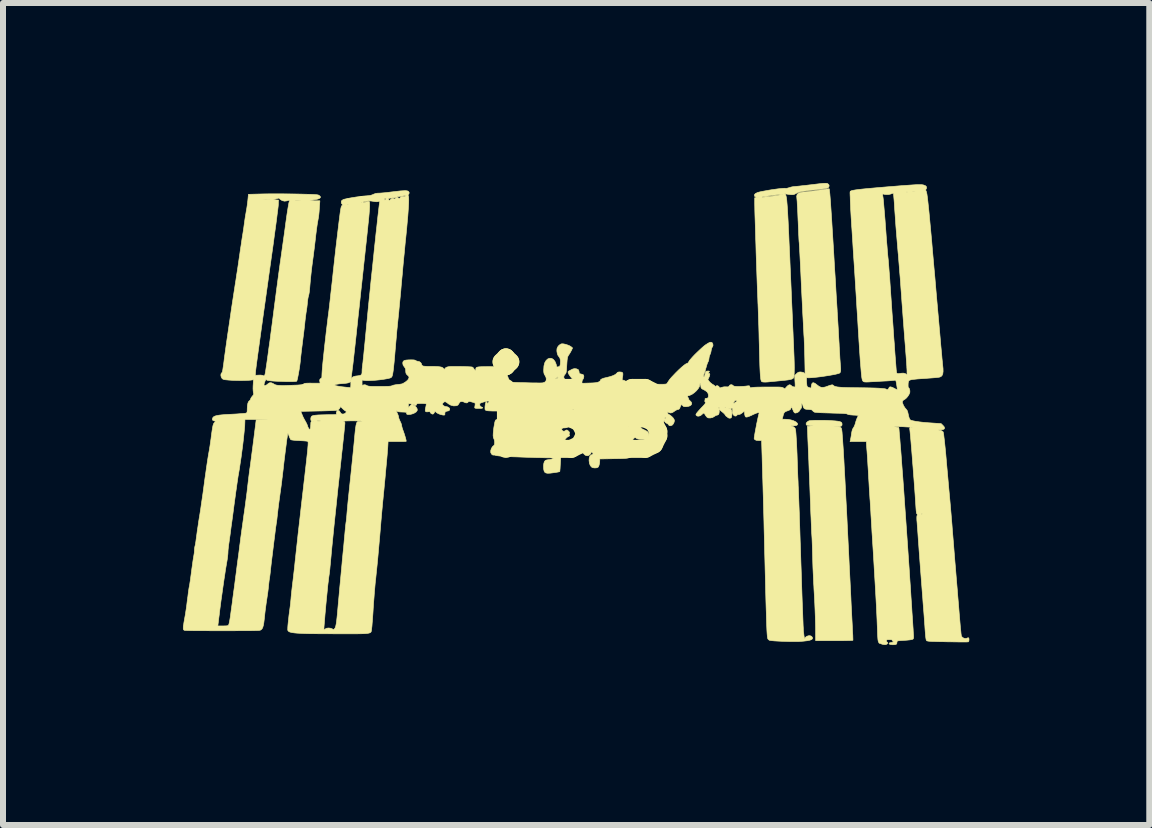
<source format=kicad_pcb>
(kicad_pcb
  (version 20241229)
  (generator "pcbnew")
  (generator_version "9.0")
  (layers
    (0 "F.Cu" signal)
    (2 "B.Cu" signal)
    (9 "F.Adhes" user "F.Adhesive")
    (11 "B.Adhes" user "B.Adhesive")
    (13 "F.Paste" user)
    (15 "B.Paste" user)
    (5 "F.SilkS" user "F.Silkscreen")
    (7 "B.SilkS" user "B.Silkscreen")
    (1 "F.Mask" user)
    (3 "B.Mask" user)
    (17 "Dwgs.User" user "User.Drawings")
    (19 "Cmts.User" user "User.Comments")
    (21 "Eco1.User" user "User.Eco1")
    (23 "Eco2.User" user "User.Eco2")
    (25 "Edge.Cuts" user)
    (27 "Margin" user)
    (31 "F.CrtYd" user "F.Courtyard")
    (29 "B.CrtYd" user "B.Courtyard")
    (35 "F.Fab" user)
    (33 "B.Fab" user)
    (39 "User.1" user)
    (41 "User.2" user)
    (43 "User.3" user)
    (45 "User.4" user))
  (footprint "iss"
    (layer "F.Cu")
    (at 6.617 3.743)
    (property "Reference" "iss" (at 0 0 0) (layer "F.SilkS") (effects (font (size 1.524 1.524) (thickness 0.3))))
    (attr through_hole)
    (fp_poly (pts (xy 4.059 0.213) (xy 4.125 0.215) (xy 4.186 0.218) (xy 4.193 0.219) (xy 4.253 0.223) (xy 4.298 0.228) (xy 4.329 0.234) (xy 4.35 0.242) (xy 4.363 0.253) (xy 4.368 0.268) (xy 4.369 0.279) (xy 4.367 0.296) (xy 4.36 0.307) (xy 4.344 0.313) (xy 4.317 0.316) (xy 4.289 0.316) (xy 4.229 0.316) (xy 4.284 0.319) (xy 4.32 0.323) (xy 4.342 0.329) (xy 4.355 0.341) (xy 4.362 0.36) (xy 4.364 0.371) (xy 4.366 0.388) (xy 4.369 0.411) (xy 4.371 0.441) (xy 4.374 0.478) (xy 4.378 0.522) (xy 4.381 0.575) (xy 4.385 0.636) (xy 4.39 0.707) (xy 4.394 0.787) (xy 4.4 0.877) (xy 4.405 0.978) (xy 4.411 1.089) (xy 4.418 1.212) (xy 4.425 1.348) (xy 4.432 1.495) (xy 4.441 1.656) (xy 4.45 1.83) (xy 4.459 2.019) (xy 4.469 2.221) (xy 4.48 2.439) (xy 4.491 2.672) (xy 4.504 2.921) (xy 4.517 3.186) (xy 4.517 3.192) (xy 4.521 3.281) (xy 4.526 3.369) (xy 4.53 3.454) (xy 4.534 3.533) (xy 4.538 3.604) (xy 4.541 3.665) (xy 4.543 3.714) (xy 4.545 3.749) (xy 4.545 3.751) (xy 4.548 3.795) (xy 4.549 3.833) (xy 4.55 3.861) (xy 4.55 3.878) (xy 4.549 3.88) (xy 4.54 3.881) (xy 4.516 3.883) (xy 4.479 3.884) (xy 4.431 3.885) (xy 4.373 3.886) (xy 4.308 3.886) (xy 4.237 3.886) (xy 3.929 3.886) (xy 3.928 3.749) (xy 3.928 3.673) (xy 3.926 3.584) (xy 3.923 3.484) (xy 3.919 3.375) (xy 3.914 3.261) (xy 3.908 3.144) (xy 3.901 3.027) (xy 3.899 2.98) (xy 3.895 2.919) (xy 3.892 2.844) (xy 3.888 2.761) (xy 3.884 2.674) (xy 3.881 2.586) (xy 3.879 2.502) (xy 3.878 2.472) (xy 3.876 2.401) (xy 3.874 2.333) (xy 3.872 2.271) (xy 3.87 2.217) (xy 3.868 2.174) (xy 3.866 2.143) (xy 3.865 2.129) (xy 3.864 2.113) (xy 3.862 2.081) (xy 3.86 2.036) (xy 3.858 1.979) (xy 3.855 1.913) (xy 3.852 1.838) (xy 3.848 1.757) (xy 3.845 1.671) (xy 3.844 1.634) (xy 3.84 1.536) (xy 3.836 1.432) (xy 3.832 1.327) (xy 3.828 1.223) (xy 3.824 1.124) (xy 3.82 1.033) (xy 3.817 0.952) (xy 3.815 0.893) (xy 3.811 0.817) (xy 3.808 0.738) (xy 3.805 0.662) (xy 3.802 0.59) (xy 3.799 0.527) (xy 3.797 0.476) (xy 3.797 0.46) (xy 3.791 0.315) (xy 3.828 0.31) (xy 3.864 0.305) (xy 3.884 0.302) (xy 3.887 0.3) (xy 3.875 0.299) (xy 3.847 0.299) (xy 3.846 0.299) (xy 3.813 0.298) (xy 3.788 0.295) (xy 3.775 0.291) (xy 3.769 0.273) (xy 3.776 0.253) (xy 3.796 0.234) (xy 3.807 0.227) (xy 3.821 0.221) (xy 3.84 0.218) (xy 3.867 0.216) (xy 3.907 0.214) (xy 3.94 0.213) (xy 3.995 0.213) (xy 4.059 0.213)) (stroke (width 0.01) (type solid)) (fill yes) (layer "F.SilkS"))
    (fp_poly (pts (xy 4.104 -3.738) (xy 4.117 -3.736) (xy 4.126 -3.734) (xy 4.128 -3.733) (xy 4.148 -3.716) (xy 4.154 -3.695) (xy 4.147 -3.674) (xy 4.13 -3.66) (xy 4.115 -3.656) (xy 4.086 -3.65) (xy 4.046 -3.644) (xy 3.997 -3.638) (xy 3.942 -3.631) (xy 3.914 -3.628) (xy 3.839 -3.62) (xy 3.779 -3.613) (xy 3.731 -3.606) (xy 3.693 -3.6) (xy 3.664 -3.594) (xy 3.64 -3.586) (xy 3.62 -3.578) (xy 3.601 -3.568) (xy 3.599 -3.567) (xy 3.576 -3.555) (xy 3.557 -3.549) (xy 3.533 -3.548) (xy 3.506 -3.55) (xy 3.474 -3.554) (xy 3.445 -3.558) (xy 3.429 -3.561) (xy 3.415 -3.563) (xy 3.415 -3.56) (xy 3.423 -3.554) (xy 3.427 -3.548) (xy 3.431 -3.54) (xy 3.435 -3.527) (xy 3.439 -3.51) (xy 3.443 -3.487) (xy 3.447 -3.457) (xy 3.45 -3.42) (xy 3.454 -3.374) (xy 3.458 -3.319) (xy 3.462 -3.255) (xy 3.466 -3.179) (xy 3.471 -3.092) (xy 3.475 -2.992) (xy 3.481 -2.878) (xy 3.486 -2.751) (xy 3.493 -2.608) (xy 3.5 -2.45) (xy 3.501 -2.421) (xy 3.508 -2.26) (xy 3.515 -2.1) (xy 3.522 -1.942) (xy 3.528 -1.789) (xy 3.535 -1.641) (xy 3.541 -1.501) (xy 3.546 -1.37) (xy 3.552 -1.25) (xy 3.556 -1.141) (xy 3.561 -1.046) (xy 3.564 -0.966) (xy 3.564 -0.957) (xy 3.569 -0.841) (xy 3.572 -0.742) (xy 3.573 -0.66) (xy 3.572 -0.594) (xy 3.57 -0.544) (xy 3.566 -0.511) (xy 3.56 -0.494) (xy 3.549 -0.483) (xy 3.531 -0.474) (xy 3.504 -0.467) (xy 3.466 -0.46) (xy 3.415 -0.454) (xy 3.365 -0.449) (xy 3.316 -0.444) (xy 3.262 -0.439) (xy 3.213 -0.434) (xy 3.186 -0.432) (xy 3.131 -0.426) (xy 3.089 -0.424) (xy 3.06 -0.425) (xy 3.04 -0.428) (xy 3.028 -0.434) (xy 3.023 -0.441) (xy 3.019 -0.453) (xy 3.014 -0.472) (xy 3.011 -0.5) (xy 3.007 -0.536) (xy 3.004 -0.582) (xy 3.001 -0.64) (xy 2.998 -0.71) (xy 2.996 -0.793) (xy 2.993 -0.891) (xy 2.99 -1.004) (xy 2.989 -1.054) (xy 2.986 -1.148) (xy 2.984 -1.249) (xy 2.981 -1.353) (xy 2.977 -1.456) (xy 2.974 -1.555) (xy 2.971 -1.645) (xy 2.968 -1.722) (xy 2.967 -1.736) (xy 2.964 -1.823) (xy 2.96 -1.918) (xy 2.956 -2.022) (xy 2.952 -2.131) (xy 2.948 -2.244) (xy 2.944 -2.36) (xy 2.94 -2.478) (xy 2.936 -2.595) (xy 2.933 -2.711) (xy 2.929 -2.823) (xy 2.926 -2.931) (xy 2.923 -3.032) (xy 2.92 -3.126) (xy 2.917 -3.21) (xy 2.915 -3.284) (xy 2.914 -3.345) (xy 2.913 -3.393) (xy 2.913 -3.425) (xy 2.913 -3.427) (xy 2.913 -3.497) (xy 2.957 -3.498) (xy 2.977 -3.499) (xy 2.983 -3.501) (xy 2.976 -3.502) (xy 2.946 -3.507) (xy 3.031 -3.507) (xy 3.039 -3.506) (xy 3.06 -3.507) (xy 3.09 -3.509) (xy 3.13 -3.513) (xy 3.175 -3.519) (xy 3.224 -3.525) (xy 3.27 -3.532) (xy 3.31 -3.539) (xy 3.343 -3.545) (xy 3.366 -3.55) (xy 3.376 -3.554) (xy 3.372 -3.555) (xy 3.372 -3.555) (xy 3.357 -3.554) (xy 3.328 -3.552) (xy 3.29 -3.547) (xy 3.245 -3.542) (xy 3.198 -3.536) (xy 3.151 -3.529) (xy 3.11 -3.523) (xy 3.076 -3.518) (xy 3.056 -3.515) (xy 3.036 -3.51) (xy 3.031 -3.507) (xy 2.946 -3.507) (xy 2.943 -3.508) (xy 2.922 -3.514) (xy 2.912 -3.522) (xy 2.909 -3.527) (xy 2.909 -3.548) (xy 2.925 -3.567) (xy 2.956 -3.582) (xy 2.966 -3.586) (xy 2.998 -3.594) (xy 3.04 -3.603) (xy 3.09 -3.612) (xy 3.144 -3.622) (xy 3.2 -3.631) (xy 3.256 -3.639) (xy 3.308 -3.646) (xy 3.355 -3.651) (xy 3.392 -3.654) (xy 3.418 -3.655) (xy 3.429 -3.653) (xy 3.441 -3.653) (xy 3.464 -3.658) (xy 3.488 -3.665) (xy 3.52 -3.675) (xy 3.55 -3.681) (xy 3.567 -3.683) (xy 3.582 -3.684) (xy 3.611 -3.687) (xy 3.653 -3.691) (xy 3.705 -3.697) (xy 3.764 -3.703) (xy 3.828 -3.711) (xy 3.849 -3.713) (xy 3.922 -3.722) (xy 3.981 -3.729) (xy 4.026 -3.734) (xy 4.061 -3.737) (xy 4.086 -3.738) (xy 4.104 -3.738)) (stroke (width 0.01) (type solid)) (fill yes) (layer "F.SilkS"))
    (fp_poly (pts (xy 5.691 -3.715) (xy 5.71 -3.713) (xy 5.725 -3.71) (xy 5.73 -3.709) (xy 5.761 -3.696) (xy 5.777 -3.678) (xy 5.777 -3.657) (xy 5.772 -3.646) (xy 5.764 -3.63) (xy 5.766 -3.616) (xy 5.772 -3.604) (xy 5.774 -3.597) (xy 5.777 -3.587) (xy 5.78 -3.574) (xy 5.784 -3.557) (xy 5.787 -3.534) (xy 5.791 -3.506) (xy 5.795 -3.472) (xy 5.8 -3.431) (xy 5.805 -3.383) (xy 5.811 -3.326) (xy 5.818 -3.26) (xy 5.825 -3.185) (xy 5.833 -3.099) (xy 5.842 -3.003) (xy 5.852 -2.895) (xy 5.863 -2.776) (xy 5.874 -2.643) (xy 5.887 -2.497) (xy 5.901 -2.337) (xy 5.917 -2.162) (xy 5.933 -1.972) (xy 5.951 -1.766) (xy 5.956 -1.71) (xy 5.967 -1.585) (xy 5.978 -1.464) (xy 5.988 -1.347) (xy 5.998 -1.237) (xy 6.007 -1.134) (xy 6.015 -1.039) (xy 6.023 -0.954) (xy 6.03 -0.88) (xy 6.035 -0.818) (xy 6.04 -0.77) (xy 6.043 -0.735) (xy 6.045 -0.716) (xy 6.045 -0.716) (xy 6.052 -0.651) (xy 6.053 -0.601) (xy 6.048 -0.563) (xy 6.037 -0.536) (xy 6.02 -0.518) (xy 6.001 -0.509) (xy 5.985 -0.505) (xy 5.954 -0.501) (xy 5.913 -0.497) (xy 5.862 -0.493) (xy 5.806 -0.489) (xy 5.773 -0.486) (xy 5.695 -0.481) (xy 5.633 -0.477) (xy 5.584 -0.472) (xy 5.546 -0.468) (xy 5.519 -0.463) (xy 5.5 -0.457) (xy 5.488 -0.451) (xy 5.481 -0.444) (xy 5.475 -0.429) (xy 5.471 -0.406) (xy 5.47 -0.379) (xy 5.47 -0.354) (xy 5.473 -0.336) (xy 5.477 -0.33) (xy 5.486 -0.323) (xy 5.494 -0.304) (xy 5.499 -0.281) (xy 5.499 -0.258) (xy 5.498 -0.249) (xy 5.486 -0.22) (xy 5.467 -0.189) (xy 5.444 -0.161) (xy 5.422 -0.142) (xy 5.419 -0.14) (xy 5.39 -0.122) (xy 5.376 -0.105) (xy 5.374 -0.085) (xy 5.376 -0.078) (xy 5.394 -0.032) (xy 5.42 0.008) (xy 5.436 0.026) (xy 5.454 0.049) (xy 5.466 0.084) (xy 5.469 0.098) (xy 5.479 0.143) (xy 5.488 0.175) (xy 5.497 0.195) (xy 5.508 0.207) (xy 5.518 0.212) (xy 5.55 0.221) (xy 5.597 0.23) (xy 5.656 0.239) (xy 5.727 0.247) (xy 5.808 0.254) (xy 5.853 0.257) (xy 6.02 0.268) (xy 6.05 0.297) (xy 6.072 0.323) (xy 6.078 0.345) (xy 6.068 0.36) (xy 6.043 0.37) (xy 6.01 0.373) (xy 5.973 0.374) (xy 6.009 0.382) (xy 6.035 0.391) (xy 6.052 0.404) (xy 6.054 0.407) (xy 6.058 0.421) (xy 6.063 0.45) (xy 6.068 0.494) (xy 6.075 0.55) (xy 6.082 0.617) (xy 6.09 0.694) (xy 6.098 0.778) (xy 6.106 0.87) (xy 6.108 0.897) (xy 6.128 1.118) (xy 6.149 1.356) (xy 6.164 1.52) (xy 6.168 1.563) (xy 6.173 1.62) (xy 6.179 1.69) (xy 6.186 1.77) (xy 6.193 1.857) (xy 6.201 1.949) (xy 6.208 2.045) (xy 6.216 2.14) (xy 6.219 2.176) (xy 6.227 2.274) (xy 6.235 2.375) (xy 6.243 2.476) (xy 6.251 2.575) (xy 6.259 2.668) (xy 6.266 2.753) (xy 6.272 2.827) (xy 6.277 2.888) (xy 6.278 2.9) (xy 6.284 2.97) (xy 6.291 3.052) (xy 6.298 3.143) (xy 6.306 3.237) (xy 6.314 3.332) (xy 6.321 3.422) (xy 6.325 3.467) (xy 6.331 3.54) (xy 6.337 3.609) (xy 6.342 3.67) (xy 6.348 3.724) (xy 6.352 3.766) (xy 6.356 3.796) (xy 6.359 3.811) (xy 6.359 3.812) (xy 6.376 3.832) (xy 6.402 3.846) (xy 6.43 3.85) (xy 6.45 3.845) (xy 6.47 3.837) (xy 6.481 3.841) (xy 6.485 3.859) (xy 6.485 3.869) (xy 6.483 3.893) (xy 6.475 3.905) (xy 6.471 3.906) (xy 6.459 3.907) (xy 6.433 3.908) (xy 6.393 3.908) (xy 6.342 3.908) (xy 6.282 3.907) (xy 6.215 3.906) (xy 6.142 3.905) (xy 6.124 3.905) (xy 6.039 3.903) (xy 5.969 3.902) (xy 5.913 3.9) (xy 5.869 3.899) (xy 5.836 3.897) (xy 5.812 3.895) (xy 5.796 3.892) (xy 5.785 3.89) (xy 5.779 3.886) (xy 5.778 3.885) (xy 5.773 3.877) (xy 5.769 3.862) (xy 5.765 3.838) (xy 5.761 3.802) (xy 5.757 3.754) (xy 5.752 3.691) (xy 5.752 3.691) (xy 5.749 3.642) (xy 5.744 3.579) (xy 5.739 3.506) (xy 5.733 3.424) (xy 5.726 3.338) (xy 5.719 3.249) (xy 5.713 3.161) (xy 5.71 3.133) (xy 5.703 3.038) (xy 5.695 2.932) (xy 5.686 2.817) (xy 5.677 2.699) (xy 5.668 2.581) (xy 5.66 2.469) (xy 5.652 2.367) (xy 5.651 2.349) (xy 5.645 2.266) (xy 5.639 2.185) (xy 5.634 2.109) (xy 5.629 2.041) (xy 5.624 1.982) (xy 5.621 1.933) (xy 5.618 1.898) (xy 5.616 1.879) (xy 5.615 1.837) (xy 5.617 1.808) (xy 5.621 1.797) (xy 5.626 1.783) (xy 5.619 1.775) (xy 5.618 1.775) (xy 5.616 1.772) (xy 5.692 1.772) (xy 5.694 1.777) (xy 5.698 1.778) (xy 5.705 1.775) (xy 5.704 1.772) (xy 5.694 1.771) (xy 5.692 1.772) (xy 5.616 1.772) (xy 5.613 1.767) (xy 5.608 1.747) (xy 5.604 1.714) (xy 5.601 1.675) (xy 5.597 1.614) (xy 5.592 1.542) (xy 5.587 1.462) (xy 5.581 1.376) (xy 5.574 1.284) (xy 5.567 1.188) (xy 5.559 1.091) (xy 5.552 0.993) (xy 5.544 0.897) (xy 5.537 0.804) (xy 5.53 0.716) (xy 5.523 0.633) (xy 5.517 0.559) (xy 5.511 0.494) (xy 5.506 0.441) (xy 5.502 0.4) (xy 5.499 0.373) (xy 5.498 0.366) (xy 5.496 0.347) (xy 5.502 0.34) (xy 5.517 0.338) (xy 5.541 0.337) (xy 5.519 0.33) (xy 5.504 0.328) (xy 5.474 0.325) (xy 5.435 0.323) (xy 5.388 0.32) (xy 5.35 0.319) (xy 5.299 0.318) (xy 5.263 0.317) (xy 5.243 0.317) (xy 5.237 0.318) (xy 5.244 0.32) (xy 5.257 0.323) (xy 5.286 0.327) (xy 5.306 0.331) (xy 5.314 0.333) (xy 5.316 0.342) (xy 5.319 0.368) (xy 5.322 0.409) (xy 5.327 0.464) (xy 5.333 0.532) (xy 5.339 0.613) (xy 5.347 0.705) (xy 5.355 0.808) (xy 5.363 0.921) (xy 5.372 1.042) (xy 5.382 1.171) (xy 5.392 1.308) (xy 5.402 1.45) (xy 5.412 1.598) (xy 5.423 1.751) (xy 5.434 1.906) (xy 5.445 2.064) (xy 5.456 2.224) (xy 5.467 2.385) (xy 5.478 2.546) (xy 5.489 2.705) (xy 5.499 2.863) (xy 5.51 3.018) (xy 5.519 3.169) (xy 5.524 3.239) (xy 5.53 3.328) (xy 5.535 3.415) (xy 5.541 3.497) (xy 5.546 3.572) (xy 5.55 3.639) (xy 5.554 3.695) (xy 5.556 3.738) (xy 5.558 3.768) (xy 5.559 3.777) (xy 5.561 3.813) (xy 5.561 3.836) (xy 5.558 3.851) (xy 5.551 3.86) (xy 5.55 3.861) (xy 5.533 3.867) (xy 5.5 3.873) (xy 5.45 3.878) (xy 5.42 3.88) (xy 5.377 3.883) (xy 5.339 3.885) (xy 5.311 3.888) (xy 5.295 3.89) (xy 5.294 3.89) (xy 5.286 3.901) (xy 5.283 3.919) (xy 5.281 3.936) (xy 5.271 3.947) (xy 5.252 3.952) (xy 5.22 3.954) (xy 5.212 3.954) (xy 5.179 3.951) (xy 5.159 3.944) (xy 5.157 3.942) (xy 5.152 3.932) (xy 5.157 3.925) (xy 5.176 3.919) (xy 5.198 3.915) (xy 5.219 3.91) (xy 5.226 3.906) (xy 5.221 3.901) (xy 5.209 3.889) (xy 5.207 3.882) (xy 5.203 3.874) (xy 5.187 3.87) (xy 5.158 3.869) (xy 5.158 3.869) (xy 5.13 3.87) (xy 5.115 3.873) (xy 5.109 3.88) (xy 5.108 3.887) (xy 5.112 3.903) (xy 5.119 3.909) (xy 5.13 3.919) (xy 5.127 3.934) (xy 5.114 3.945) (xy 5.087 3.953) (xy 5.052 3.949) (xy 5.025 3.941) (xy 5.004 3.933) (xy 4.991 3.929) (xy 4.989 3.929) (xy 4.984 3.922) (xy 4.976 3.906) (xy 4.975 3.905) (xy 4.971 3.891) (xy 4.967 3.866) (xy 4.964 3.829) (xy 4.961 3.778) (xy 4.959 3.712) (xy 4.958 3.687) (xy 4.955 3.617) (xy 4.952 3.536) (xy 4.948 3.451) (xy 4.944 3.368) (xy 4.941 3.293) (xy 4.94 3.285) (xy 4.932 3.141) (xy 4.924 2.999) (xy 4.916 2.863) (xy 4.908 2.732) (xy 4.901 2.608) (xy 4.894 2.494) (xy 4.888 2.39) (xy 4.882 2.299) (xy 4.877 2.221) (xy 4.873 2.158) (xy 4.873 2.151) (xy 4.868 2.081) (xy 4.864 2.005) (xy 4.859 1.927) (xy 4.855 1.854) (xy 4.851 1.795) (xy 4.848 1.734) (xy 4.844 1.671) (xy 4.84 1.61) (xy 4.837 1.556) (xy 4.834 1.524) (xy 4.832 1.49) (xy 4.829 1.442) (xy 4.825 1.383) (xy 4.821 1.315) (xy 4.817 1.242) (xy 4.812 1.166) (xy 4.809 1.109) (xy 4.805 1.034) (xy 4.8 0.96) (xy 4.796 0.889) (xy 4.792 0.826) (xy 4.788 0.772) (xy 4.785 0.73) (xy 4.783 0.707) (xy 4.78 0.667) (xy 4.777 0.63) (xy 4.776 0.603) (xy 4.775 0.591) (xy 4.775 0.567) (xy 4.502 0.567) (xy 4.508 0.546) (xy 4.511 0.528) (xy 4.517 0.498) (xy 4.523 0.462) (xy 4.525 0.444) (xy 4.533 0.4) (xy 4.541 0.369) (xy 4.551 0.348) (xy 4.558 0.339) (xy 4.57 0.318) (xy 4.583 0.288) (xy 4.592 0.258) (xy 4.602 0.223) (xy 4.614 0.19) (xy 4.623 0.169) (xy 4.633 0.148) (xy 4.639 0.135) (xy 4.64 0.133) (xy 4.632 0.131) (xy 4.611 0.129) (xy 4.58 0.127) (xy 4.556 0.126) (xy 4.507 0.122) (xy 4.474 0.117) (xy 4.458 0.11) (xy 4.45 0.106) (xy 4.436 0.103) (xy 4.414 0.101) (xy 4.382 0.098) (xy 4.338 0.096) (xy 4.281 0.095) (xy 4.21 0.093) (xy 4.188 0.092) (xy 4.118 0.09) (xy 4.055 0.088) (xy 4 0.086) (xy 3.957 0.083) (xy 3.926 0.08) (xy 3.911 0.078) (xy 3.91 0.078) (xy 3.89 0.065) (xy 3.878 0.052) (xy 3.87 0.043) (xy 3.856 0.037) (xy 3.83 0.034) (xy 3.809 0.032) (xy 3.776 0.03) (xy 3.754 0.025) (xy 3.74 0.017) (xy 3.733 0.009) (xy 3.721 -0.012) (xy 3.717 -0.03) (xy 3.711 -0.05) (xy 3.703 -0.06) (xy 3.694 -0.066) (xy 3.691 -0.062) (xy 3.692 -0.045) (xy 3.694 -0.035) (xy 3.695 -0.008) (xy 3.69 0.009) (xy 3.683 0.017) (xy 3.669 0.036) (xy 3.662 0.05) (xy 3.649 0.068) (xy 3.626 0.083) (xy 3.6 0.091) (xy 3.587 0.092) (xy 3.575 0.086) (xy 3.563 0.069) (xy 3.55 0.04) (xy 3.548 0.036) (xy 3.527 -0.017) (xy 3.518 0.01) (xy 3.511 0.027) (xy 3.498 0.039) (xy 3.477 0.049) (xy 3.46 0.055) (xy 3.432 0.065) (xy 3.414 0.076) (xy 3.402 0.091) (xy 3.392 0.115) (xy 3.384 0.146) (xy 3.371 0.195) (xy 3.417 0.195) (xy 3.469 0.198) (xy 3.519 0.207) (xy 3.563 0.221) (xy 3.599 0.239) (xy 3.621 0.259) (xy 3.625 0.264) (xy 3.628 0.282) (xy 3.615 0.296) (xy 3.588 0.303) (xy 3.561 0.305) (xy 3.518 0.306) (xy 3.547 0.316) (xy 3.573 0.33) (xy 3.588 0.348) (xy 3.592 0.365) (xy 3.597 0.396) (xy 3.601 0.441) (xy 3.605 0.502) (xy 3.61 0.578) (xy 3.614 0.67) (xy 3.619 0.778) (xy 3.623 0.903) (xy 3.624 0.919) (xy 3.626 0.995) (xy 3.629 1.075) (xy 3.632 1.156) (xy 3.636 1.232) (xy 3.638 1.3) (xy 3.641 1.355) (xy 3.642 1.385) (xy 3.644 1.432) (xy 3.646 1.493) (xy 3.649 1.567) (xy 3.652 1.653) (xy 3.656 1.749) (xy 3.659 1.855) (xy 3.663 1.97) (xy 3.667 2.091) (xy 3.671 2.218) (xy 3.676 2.349) (xy 3.68 2.483) (xy 3.683 2.582) (xy 3.688 2.716) (xy 3.692 2.847) (xy 3.696 2.973) (xy 3.7 3.093) (xy 3.704 3.206) (xy 3.708 3.311) (xy 3.712 3.407) (xy 3.715 3.493) (xy 3.718 3.567) (xy 3.72 3.629) (xy 3.723 3.677) (xy 3.724 3.71) (xy 3.725 3.725) (xy 3.73 3.764) (xy 3.734 3.799) (xy 3.739 3.828) (xy 3.744 3.849) (xy 3.747 3.858) (xy 3.75 3.855) (xy 3.75 3.851) (xy 3.759 3.831) (xy 3.779 3.815) (xy 3.805 3.805) (xy 3.833 3.803) (xy 3.856 3.811) (xy 3.864 3.817) (xy 3.877 3.837) (xy 3.876 3.853) (xy 3.862 3.867) (xy 3.834 3.878) (xy 3.79 3.887) (xy 3.73 3.894) (xy 3.693 3.897) (xy 3.651 3.9) (xy 3.599 3.901) (xy 3.54 3.901) (xy 3.477 3.9) (xy 3.413 3.898) (xy 3.351 3.896) (xy 3.292 3.893) (xy 3.24 3.89) (xy 3.198 3.886) (xy 3.169 3.882) (xy 3.157 3.879) (xy 3.139 3.866) (xy 3.13 3.851) (xy 3.128 3.842) (xy 3.126 3.83) (xy 3.124 3.815) (xy 3.122 3.796) (xy 3.12 3.772) (xy 3.118 3.742) (xy 3.116 3.707) (xy 3.114 3.664) (xy 3.112 3.614) (xy 3.11 3.556) (xy 3.108 3.489) (xy 3.106 3.413) (xy 3.103 3.326) (xy 3.1 3.228) (xy 3.097 3.119) (xy 3.094 2.998) (xy 3.091 2.863) (xy 3.087 2.715) (xy 3.083 2.553) (xy 3.078 2.376) (xy 3.074 2.183) (xy 3.069 2.002) (xy 3.067 1.9) (xy 3.064 1.794) (xy 3.061 1.689) (xy 3.058 1.586) (xy 3.056 1.488) (xy 3.053 1.397) (xy 3.051 1.317) (xy 3.049 1.25) (xy 3.048 1.215) (xy 3.045 1.137) (xy 3.043 1.052) (xy 3.04 0.966) (xy 3.038 0.883) (xy 3.036 0.808) (xy 3.034 0.751) (xy 3.028 0.55) (xy 2.98 0.55) (xy 2.94 0.547) (xy 2.915 0.535) (xy 2.904 0.517) (xy 2.904 0.513) (xy 2.906 0.495) (xy 2.911 0.464) (xy 2.918 0.422) (xy 2.927 0.373) (xy 2.937 0.32) (xy 2.947 0.267) (xy 2.958 0.215) (xy 2.968 0.169) (xy 2.977 0.131) (xy 2.983 0.105) (xy 2.986 0.096) (xy 2.985 0.086) (xy 2.97 0.085) (xy 2.943 0.093) (xy 2.906 0.108) (xy 2.884 0.118) (xy 2.849 0.135) (xy 2.817 0.148) (xy 2.793 0.156) (xy 2.788 0.158) (xy 2.768 0.159) (xy 2.758 0.153) (xy 2.752 0.14) (xy 2.746 0.115) (xy 2.743 0.088) (xy 2.743 0.059) (xy 2.704 0.09) (xy 2.673 0.11) (xy 2.65 0.117) (xy 2.645 0.116) (xy 2.625 0.12) (xy 2.617 0.128) (xy 2.601 0.142) (xy 2.58 0.141) (xy 2.56 0.126) (xy 2.55 0.11) (xy 2.548 0.097) (xy 2.625 0.097) (xy 2.629 0.102) (xy 2.633 0.097) (xy 2.629 0.093) (xy 2.625 0.097) (xy 2.548 0.097) (xy 2.545 0.086) (xy 2.544 0.056) (xy 2.544 0.027) (xy 2.542 0.013) (xy 2.537 0.008) (xy 2.528 0.011) (xy 2.526 0.012) (xy 2.514 0.02) (xy 2.517 0.029) (xy 2.52 0.032) (xy 2.529 0.05) (xy 2.533 0.08) (xy 2.533 0.117) (xy 2.528 0.155) (xy 2.527 0.159) (xy 2.519 0.173) (xy 2.501 0.178) (xy 2.498 0.178) (xy 2.478 0.174) (xy 2.466 0.167) (xy 2.453 0.154) (xy 2.445 0.15) (xy 2.43 0.138) (xy 2.422 0.124) (xy 2.411 0.109) (xy 2.391 0.089) (xy 2.371 0.073) (xy 2.347 0.054) (xy 2.333 0.039) (xy 2.329 0.023) (xy 2.329 0.021) (xy 2.388 0.021) (xy 2.392 0.025) (xy 2.396 0.021) (xy 2.392 0.017) (xy 2.388 0.021) (xy 2.329 0.021) (xy 2.328 0.017) (xy 2.328 0.013) (xy 2.481 0.013) (xy 2.485 0.017) (xy 2.489 0.013) (xy 2.485 0.008) (xy 2.481 0.013) (xy 2.328 0.013) (xy 2.326 -0.001) (xy 2.322 -0.006) (xy 2.416 -0.006) (xy 2.417 -0.001) (xy 2.421 0) (xy 2.428 -0.003) (xy 2.427 -0.006) (xy 2.417 -0.007) (xy 2.416 -0.006) (xy 2.322 -0.006) (xy 2.319 -0.008) (xy 2.319 -0.008) (xy 2.314 -0.002) (xy 2.316 0.011) (xy 2.321 0.036) (xy 2.322 0.067) (xy 2.319 0.094) (xy 2.312 0.113) (xy 2.311 0.115) (xy 2.294 0.125) (xy 2.284 0.127) (xy 2.267 0.132) (xy 2.246 0.145) (xy 2.243 0.147) (xy 2.211 0.166) (xy 2.174 0.174) (xy 2.139 0.173) (xy 2.131 0.17) (xy 2.112 0.156) (xy 2.094 0.132) (xy 2.091 0.127) (xy 2.079 0.107) (xy 2.067 0.095) (xy 2.063 0.093) (xy 2.051 0.099) (xy 2.035 0.114) (xy 2.03 0.119) (xy 2.007 0.136) (xy 1.98 0.144) (xy 1.954 0.142) (xy 1.939 0.131) (xy 1.934 0.123) (xy 1.934 0.114) (xy 1.94 0.102) (xy 1.953 0.084) (xy 1.975 0.058) (xy 2.006 0.024) (xy 2.027 0.001) (xy 2.058 -0.031) (xy 2.078 -0.054) (xy 2.089 -0.069) (xy 2.557 -0.069) (xy 2.558 -0.061) (xy 2.564 -0.066) (xy 2.568 -0.069) (xy 2.583 -0.083) (xy 2.601 -0.095) (xy 2.617 -0.103) (xy 2.618 -0.109) (xy 2.608 -0.116) (xy 2.595 -0.121) (xy 2.584 -0.115) (xy 2.574 -0.104) (xy 2.562 -0.085) (xy 2.557 -0.07) (xy 2.557 -0.069) (xy 2.089 -0.069) (xy 2.089 -0.069) (xy 2.093 -0.079) (xy 2.092 -0.087) (xy 2.087 -0.093) (xy 2.079 -0.107) (xy 2.081 -0.113) (xy 2.086 -0.125) (xy 2.085 -0.135) (xy 2.086 -0.149) (xy 2.098 -0.152) (xy 2.124 -0.156) (xy 2.137 -0.167) (xy 2.142 -0.191) (xy 2.142 -0.198) (xy 2.137 -0.231) (xy 2.12 -0.259) (xy 2.09 -0.282) (xy 2.065 -0.296) (xy 2.039 -0.309) (xy 2.025 -0.32) (xy 2.018 -0.334) (xy 2.015 -0.356) (xy 2.015 -0.357) (xy 2.01 -0.385) (xy 2.005 -0.4) (xy 2.001 -0.403) (xy 1.999 -0.39) (xy 1.998 -0.379) (xy 1.991 -0.349) (xy 1.971 -0.315) (xy 1.942 -0.28) (xy 1.907 -0.248) (xy 1.869 -0.221) (xy 1.83 -0.203) (xy 1.823 -0.201) (xy 1.801 -0.195) (xy 1.792 -0.188) (xy 1.795 -0.179) (xy 1.799 -0.172) (xy 1.809 -0.153) (xy 1.812 -0.141) (xy 1.818 -0.128) (xy 1.834 -0.113) (xy 1.837 -0.11) (xy 1.857 -0.089) (xy 1.863 -0.064) (xy 1.856 -0.046) (xy 1.836 -0.029) (xy 1.802 -0.018) (xy 1.769 -0.014) (xy 1.742 -0.015) (xy 1.725 -0.019) (xy 1.713 -0.031) (xy 1.711 -0.033) (xy 1.696 -0.053) (xy 1.682 -0.033) (xy 1.672 -0.014) (xy 1.668 0.000191) (xy 1.66 0.02) (xy 1.641 0.032) (xy 1.629 0.034) (xy 1.612 0.039) (xy 1.589 0.052) (xy 1.579 0.059) (xy 1.545 0.082) (xy 1.516 0.091) (xy 1.49 0.087) (xy 1.479 0.082) (xy 1.463 0.073) (xy 1.458 0.074) (xy 1.46 0.085) (xy 1.461 0.087) (xy 1.466 0.102) (xy 1.468 0.106) (xy 1.475 0.111) (xy 1.492 0.121) (xy 1.501 0.126) (xy 1.53 0.149) (xy 1.555 0.175) (xy 1.571 0.202) (xy 1.575 0.219) (xy 1.569 0.246) (xy 1.556 0.273) (xy 1.538 0.293) (xy 1.533 0.296) (xy 1.508 0.304) (xy 1.488 0.301) (xy 1.478 0.289) (xy 1.466 0.274) (xy 1.448 0.264) (xy 1.427 0.251) (xy 1.413 0.236) (xy 1.403 0.217) (xy 1.391 0.242) (xy 1.365 0.279) (xy 1.329 0.317) (xy 1.287 0.348) (xy 1.252 0.367) (xy 1.218 0.372) (xy 1.183 0.365) (xy 1.143 0.343) (xy 1.138 0.34) (xy 1.079 0.298) (xy 1.036 0.26) (xy 1.009 0.224) (xy 0.999 0.192) (xy 0.999 0.188) (xy 0.997 0.184) (xy 1.409 0.184) (xy 1.416 0.185) (xy 1.43 0.179) (xy 1.436 0.17) (xy 1.433 0.166) (xy 1.421 0.167) (xy 1.414 0.174) (xy 1.409 0.184) (xy 0.997 0.184) (xy 0.993 0.174) (xy 0.973 0.166) (xy 0.953 0.164) (xy 0.921 0.162) (xy 0.882 0.161) (xy 0.838 0.161) (xy 0.792 0.161) (xy 0.747 0.162) (xy 0.707 0.163) (xy 0.675 0.165) (xy 0.654 0.167) (xy 0.648 0.169) (xy 0.653 0.175) (xy 0.671 0.184) (xy 0.699 0.194) (xy 0.716 0.2) (xy 0.753 0.212) (xy 0.778 0.224) (xy 0.793 0.237) (xy 0.801 0.256) (xy 0.807 0.284) (xy 0.809 0.291) (xy 0.815 0.313) (xy 0.824 0.319) (xy 0.832 0.309) (xy 0.839 0.284) (xy 0.839 0.283) (xy 0.852 0.25) (xy 0.876 0.228) (xy 0.91 0.22) (xy 0.914 0.22) (xy 0.949 0.227) (xy 0.977 0.247) (xy 0.996 0.282) (xy 1.003 0.301) (xy 1.011 0.327) (xy 1.021 0.343) (xy 1.036 0.355) (xy 1.062 0.368) (xy 1.065 0.369) (xy 1.105 0.389) (xy 1.132 0.408) (xy 1.146 0.429) (xy 1.151 0.455) (xy 1.151 0.459) (xy 1.146 0.49) (xy 1.13 0.514) (xy 1.118 0.524) (xy 1.107 0.53) (xy 1.091 0.533) (xy 1.066 0.533) (xy 1.033 0.532) (xy 0.993 0.529) (xy 0.966 0.525) (xy 0.948 0.518) (xy 0.94 0.512) (xy 0.923 0.502) (xy 0.907 0.506) (xy 0.89 0.523) (xy 0.872 0.555) (xy 0.862 0.576) (xy 0.856 0.597) (xy 0.852 0.622) (xy 0.85 0.657) (xy 0.849 0.694) (xy 0.847 0.735) (xy 0.846 0.77) (xy 0.844 0.797) (xy 0.842 0.809) (xy 0.839 0.82) (xy 0.831 0.829) (xy 0.819 0.836) (xy 0.8 0.842) (xy 0.772 0.846) (xy 0.733 0.849) (xy 0.683 0.851) (xy 0.618 0.852) (xy 0.561 0.853) (xy 0.33 0.857) (xy 0.33 0.888) (xy 0.327 0.926) (xy 0.319 0.961) (xy 0.308 0.987) (xy 0.299 0.997) (xy 0.277 1.005) (xy 0.246 1.007) (xy 0.216 1.003) (xy 0.196 0.994) (xy 0.173 0.968) (xy 0.158 0.93) (xy 0.152 0.884) (xy 0.152 0.881) (xy 0.155 0.84) (xy 0.165 0.812) (xy 0.182 0.794) (xy 0.194 0.788) (xy 0.214 0.778) (xy 0.219 0.768) (xy 0.209 0.754) (xy 0.203 0.749) (xy 0.191 0.74) (xy 0.187 0.742) (xy 0.186 0.747) (xy 0.179 0.77) (xy 0.16 0.79) (xy 0.136 0.802) (xy 0.124 0.804) (xy 0.102 0.801) (xy 0.081 0.789) (xy 0.059 0.767) (xy 0.033 0.733) (xy 0.031 0.73) (xy 0.008 0.689) (xy 0.000063 0.65) (xy 0.007 0.61) (xy 0.017 0.589) (xy 0.028 0.564) (xy 0.029 0.553) (xy 0.019 0.555) (xy 0.004 0.566) (xy -0.023 0.581) (xy -0.047 0.583) (xy -0.065 0.574) (xy -0.074 0.556) (xy -0.073 0.537) (xy -0.065 0.521) (xy -0.052 0.518) (xy -0.045 0.519) (xy -0.025 0.517) (xy 0.001 0.503) (xy 0.011 0.496) (xy 0.038 0.472) (xy 0.049 0.452) (xy 0.045 0.438) (xy 0.026 0.429) (xy 0.026 0.429) (xy 0.005 0.421) (xy 0.001 0.409) (xy 0.013 0.392) (xy 0.023 0.373) (xy 0.024 0.361) (xy 0.019 0.349) (xy 0.006 0.343) (xy -0.017 0.34) (xy -0.042 0.337) (xy -0.058 0.33) (xy -0.069 0.315) (xy -0.074 0.29) (xy -0.076 0.252) (xy -0.076 0.229) (xy -0.077 0.186) (xy -0.08 0.156) (xy -0.085 0.136) (xy -0.09 0.128) (xy -0.099 0.107) (xy -0.104 0.077) (xy -0.104 0.067) (xy -0.105 0.043) (xy -0.107 0.028) (xy -0.108 0.025) (xy -0.116 0.03) (xy -0.133 0.04) (xy -0.142 0.046) (xy -0.17 0.06) (xy -0.204 0.071) (xy -0.22 0.074) (xy -0.247 0.078) (xy -0.26 0.083) (xy -0.265 0.092) (xy -0.264 0.107) (xy -0.264 0.109) (xy -0.265 0.131) (xy -0.27 0.147) (xy -0.27 0.148) (xy -0.274 0.16) (xy -0.267 0.169) (xy -0.256 0.181) (xy -0.259 0.19) (xy -0.277 0.2) (xy -0.279 0.201) (xy -0.299 0.211) (xy -0.304 0.219) (xy -0.294 0.223) (xy -0.279 0.222) (xy -0.262 0.222) (xy -0.245 0.23) (xy -0.224 0.248) (xy -0.22 0.252) (xy -0.201 0.273) (xy -0.189 0.291) (xy -0.186 0.299) (xy -0.194 0.316) (xy -0.213 0.33) (xy -0.239 0.338) (xy -0.251 0.339) (xy -0.274 0.34) (xy -0.291 0.344) (xy -0.303 0.355) (xy -0.303 0.371) (xy -0.291 0.387) (xy -0.284 0.391) (xy -0.265 0.396) (xy -0.25 0.389) (xy -0.247 0.387) (xy -0.229 0.375) (xy -0.212 0.376) (xy -0.192 0.392) (xy -0.19 0.394) (xy -0.176 0.41) (xy -0.174 0.424) (xy -0.177 0.431) (xy -0.182 0.448) (xy -0.178 0.453) (xy -0.17 0.464) (xy -0.177 0.475) (xy -0.195 0.484) (xy -0.219 0.499) (xy -0.243 0.526) (xy -0.263 0.558) (xy -0.275 0.592) (xy -0.277 0.602) (xy -0.282 0.623) (xy -0.29 0.634) (xy -0.292 0.635) (xy -0.298 0.637) (xy -0.303 0.642) (xy -0.307 0.654) (xy -0.31 0.674) (xy -0.313 0.704) (xy -0.316 0.745) (xy -0.319 0.8) (xy -0.323 0.868) (xy -0.326 0.924) (xy -0.329 0.974) (xy -0.331 1.015) (xy -0.334 1.047) (xy -0.336 1.065) (xy -0.337 1.068) (xy -0.348 1.071) (xy -0.371 1.076) (xy -0.404 1.082) (xy -0.441 1.087) (xy -0.496 1.094) (xy -0.537 1.096) (xy -0.566 1.091) (xy -0.585 1.08) (xy -0.597 1.06) (xy -0.604 1.03) (xy -0.606 1.011) (xy -0.607 0.968) (xy -0.602 0.93) (xy -0.592 0.9) (xy -0.577 0.882) (xy -0.576 0.881) (xy -0.559 0.875) (xy -0.532 0.87) (xy -0.508 0.867) (xy -0.48 0.862) (xy -0.457 0.855) (xy -0.448 0.85) (xy -0.446 0.844) (xy -0.453 0.84) (xy -0.471 0.839) (xy -0.504 0.838) (xy -0.506 0.838) (xy -0.547 0.838) (xy -0.6 0.837) (xy -0.664 0.835) (xy -0.737 0.834) (xy -0.814 0.831) (xy -0.894 0.829) (xy -0.974 0.826) (xy -1.051 0.823) (xy -1.123 0.821) (xy -1.187 0.818) (xy -1.24 0.815) (xy -1.279 0.813) (xy -1.286 0.813) (xy -1.329 0.809) (xy -1.365 0.805) (xy -1.393 0.801) (xy -1.408 0.797) (xy -1.409 0.796) (xy -1.425 0.792) (xy -1.436 0.793) (xy -1.457 0.79) (xy -1.475 0.774) (xy -1.487 0.75) (xy -1.487 0.718) (xy -1.477 0.684) (xy -1.459 0.654) (xy -1.448 0.643) (xy -1.433 0.631) (xy -1.425 0.616) (xy -1.423 0.594) (xy -1.422 0.581) (xy -1.425 0.55) (xy -1.432 0.526) (xy -1.435 0.52) (xy -1.443 0.5) (xy -1.447 0.468) (xy -1.445 0.423) (xy -1.439 0.364) (xy -1.435 0.333) (xy -1.426 0.282) (xy -1.419 0.245) (xy -1.412 0.221) (xy -1.404 0.208) (xy -1.395 0.203) (xy -1.393 0.203) (xy -1.382 0.199) (xy -1.38 0.196) (xy -1.373 0.188) (xy -1.363 0.184) (xy -1.353 0.178) (xy -1.348 0.165) (xy -1.346 0.14) (xy -1.346 0.138) (xy -1.344 0.106) (xy -1.334 0.086) (xy -1.315 0.078) (xy -1.294 0.076) (xy -1.273 0.074) (xy -1.262 0.069) (xy -1.262 0.068) (xy -1.27 0.064) (xy -1.294 0.062) (xy -1.331 0.06) (xy -1.382 0.059) (xy -1.399 0.058) (xy -1.459 0.058) (xy -1.505 0.056) (xy -1.537 0.054) (xy -1.559 0.05) (xy -1.573 0.044) (xy -1.58 0.036) (xy -1.582 0.03) (xy -1.583 0.008) (xy -1.582 -0.019) (xy -1.578 -0.048) (xy -1.573 -0.073) (xy -1.567 -0.089) (xy -1.562 -0.093) (xy -1.55 -0.086) (xy -1.545 -0.078) (xy -1.54 -0.069) (xy -1.534 -0.072) (xy -1.528 -0.08) (xy -1.517 -0.096) (xy -1.517 -0.106) (xy -1.528 -0.109) (xy -1.551 -0.106) (xy -1.589 -0.096) (xy -1.609 -0.091) (xy -1.64 -0.081) (xy -1.659 -0.074) (xy -1.668 -0.066) (xy -1.67 -0.056) (xy -1.67 -0.045) (xy -1.664 -0.024) (xy -1.648 -0.012) (xy -1.64 -0.009) (xy -1.623 -0.000409) (xy -1.621 0.007) (xy -1.633 0.012) (xy -1.658 0.015) (xy -1.694 0.015) (xy -1.726 0.014) (xy -1.745 0.011) (xy -1.753 0.006) (xy -1.754 -0.001) (xy -1.754 -0.004) (xy -1.748 -0.039) (xy -1.746 -0.06) (xy -1.749 -0.072) (xy -1.758 -0.079) (xy -1.775 -0.085) (xy -1.787 -0.088) (xy -1.823 -0.098) (xy -1.846 -0.101) (xy -1.86 -0.097) (xy -1.866 -0.089) (xy -1.878 -0.079) (xy -1.898 -0.077) (xy -1.921 -0.085) (xy -1.929 -0.089) (xy -1.951 -0.098) (xy -1.975 -0.1) (xy -1.995 -0.095) (xy -2.009 -0.081) (xy -2.017 -0.066) (xy -2.033 -0.042) (xy -2.054 -0.031) (xy -2.058 -0.03) (xy -2.105 -0.027) (xy -2.152 -0.039) (xy -2.19 -0.06) (xy -2.219 -0.083) (xy -2.238 -0.094) (xy -2.252 -0.097) (xy -2.265 -0.092) (xy -2.274 -0.084) (xy -2.288 -0.069) (xy -2.294 -0.058) (xy -2.294 -0.058) (xy -2.287 -0.044) (xy -2.271 -0.029) (xy -2.251 -0.019) (xy -2.24 -0.017) (xy -2.211 -0.012) (xy -2.186 0.000243) (xy -2.172 0.017) (xy -2.171 0.019) (xy -2.172 0.039) (xy -2.186 0.054) (xy -2.21 0.059) (xy -2.233 0.065) (xy -2.249 0.079) (xy -2.252 0.095) (xy -2.251 0.115) (xy -2.257 0.125) (xy -2.275 0.126) (xy -2.29 0.124) (xy -2.327 0.115) (xy -2.363 0.101) (xy -2.393 0.083) (xy -2.404 0.072) (xy -2.413 0.065) (xy -2.419 0.069) (xy -2.427 0.084) (xy -2.44 0.104) (xy -2.454 0.11) (xy -2.473 0.104) (xy -2.49 0.091) (xy -2.498 0.075) (xy -2.498 0.075) (xy -2.505 0.069) (xy -2.527 0.07) (xy -2.531 0.071) (xy -2.557 0.072) (xy -2.573 0.066) (xy -2.579 0.048) (xy -2.576 0.019) (xy -2.571 -0.002) (xy -2.565 -0.03) (xy -2.562 -0.051) (xy -2.562 -0.061) (xy -2.572 -0.064) (xy -2.595 -0.066) (xy -2.626 -0.068) (xy -2.643 -0.068) (xy -2.679 -0.067) (xy -2.702 -0.066) (xy -2.715 -0.063) (xy -2.722 -0.057) (xy -2.724 -0.051) (xy -2.731 -0.037) (xy -2.743 -0.036) (xy -2.763 -0.046) (xy -2.783 -0.054) (xy -2.81 -0.06) (xy -2.819 -0.061) (xy -2.857 -0.064) (xy -2.86 -0.031) (xy -2.863 0.002) (xy -2.836 -0.024) (xy -2.818 -0.04) (xy -2.805 -0.05) (xy -2.801 -0.051) (xy -2.782 -0.045) (xy -2.758 -0.031) (xy -2.736 -0.013) (xy -2.727 -0.003) (xy -2.712 0.025) (xy -2.713 0.051) (xy -2.731 0.074) (xy -2.765 0.095) (xy -2.794 0.106) (xy -2.824 0.114) (xy -2.853 0.117) (xy -2.863 0.117) (xy -2.883 0.113) (xy -2.89 0.104) (xy -2.889 0.096) (xy -2.89 0.087) (xy -2.894 0.082) (xy -2.907 0.078) (xy -2.93 0.076) (xy -2.964 0.075) (xy -3.002 0.073) (xy -3.027 0.07) (xy -3.042 0.065) (xy -3.052 0.057) (xy -3.053 0.056) (xy -3.062 0.045) (xy -3.064 0.048) (xy -3.06 0.063) (xy -3.048 0.087) (xy -3.044 0.097) (xy -3.032 0.124) (xy -3.024 0.149) (xy -3.023 0.16) (xy -3.019 0.179) (xy -3.008 0.206) (xy -2.998 0.229) (xy -2.984 0.257) (xy -2.975 0.284) (xy -2.972 0.299) (xy -2.969 0.317) (xy -2.961 0.346) (xy -2.949 0.381) (xy -2.943 0.396) (xy -2.93 0.434) (xy -2.917 0.475) (xy -2.906 0.513) (xy -2.898 0.544) (xy -2.896 0.563) (xy -2.904 0.565) (xy -2.926 0.566) (xy -2.96 0.567) (xy -3.002 0.567) (xy -3.047 0.567) (xy -3.198 0.567) (xy -3.203 0.654) (xy -3.205 0.684) (xy -3.209 0.728) (xy -3.213 0.786) (xy -3.219 0.854) (xy -3.226 0.93) (xy -3.234 1.013) (xy -3.242 1.101) (xy -3.25 1.191) (xy -3.259 1.281) (xy -3.267 1.37) (xy -3.276 1.455) (xy -3.283 1.534) (xy -3.285 1.549) (xy -3.29 1.602) (xy -3.296 1.668) (xy -3.303 1.743) (xy -3.31 1.822) (xy -3.317 1.901) (xy -3.323 1.976) (xy -3.323 1.977) (xy -3.338 2.153) (xy -3.353 2.322) (xy -3.367 2.48) (xy -3.381 2.627) (xy -3.395 2.761) (xy -3.407 2.879) (xy -3.408 2.883) (xy -3.414 2.941) (xy -3.42 3.011) (xy -3.427 3.09) (xy -3.433 3.173) (xy -3.44 3.257) (xy -3.445 3.336) (xy -3.446 3.349) (xy -3.45 3.419) (xy -3.455 3.486) (xy -3.459 3.547) (xy -3.464 3.601) (xy -3.467 3.644) (xy -3.471 3.675) (xy -3.472 3.684) (xy -3.474 3.701) (xy -3.476 3.716) (xy -3.478 3.729) (xy -3.482 3.739) (xy -3.489 3.748) (xy -3.501 3.755) (xy -3.517 3.76) (xy -3.541 3.765) (xy -3.572 3.768) (xy -3.611 3.77) (xy -3.661 3.771) (xy -3.723 3.772) (xy -3.797 3.772) (xy -3.884 3.772) (xy -3.986 3.772) (xy -4.071 3.772) (xy -4.206 3.771) (xy -4.325 3.771) (xy -4.429 3.77) (xy -4.518 3.769) (xy -4.595 3.767) (xy -4.66 3.764) (xy -4.714 3.761) (xy -4.758 3.757) (xy -4.794 3.752) (xy -4.821 3.746) (xy -4.841 3.74) (xy -4.855 3.732) (xy -4.864 3.723) (xy -4.87 3.713) (xy -4.87 3.71) (xy -4.871 3.695) (xy -4.87 3.679) (xy -4.267 3.679) (xy -4.267 3.711) (xy -4.248 3.693) (xy -4.223 3.679) (xy -4.192 3.675) (xy -4.162 3.678) (xy -4.135 3.687) (xy -4.13 3.689) (xy -4.113 3.699) (xy -4.102 3.698) (xy -4.091 3.687) (xy -4.089 3.685) (xy -4.081 3.673) (xy -4.074 3.656) (xy -4.068 3.632) (xy -4.062 3.601) (xy -4.056 3.559) (xy -4.05 3.505) (xy -4.043 3.438) (xy -4.039 3.391) (xy -4.027 3.257) (xy -4.015 3.128) (xy -4.004 3.005) (xy -3.993 2.89) (xy -3.983 2.784) (xy -3.974 2.687) (xy -3.966 2.602) (xy -3.96 2.53) (xy -3.954 2.473) (xy -3.95 2.43) (xy -3.95 2.43) (xy -3.945 2.383) (xy -3.939 2.324) (xy -3.933 2.257) (xy -3.927 2.189) (xy -3.921 2.124) (xy -3.92 2.117) (xy -3.915 2.061) (xy -3.91 2.011) (xy -3.906 1.969) (xy -3.902 1.937) (xy -3.9 1.919) (xy -3.899 1.915) (xy -3.897 1.904) (xy -3.894 1.878) (xy -3.89 1.841) (xy -3.886 1.796) (xy -3.882 1.746) (xy -3.877 1.691) (xy -3.871 1.625) (xy -3.864 1.551) (xy -3.856 1.474) (xy -3.848 1.399) (xy -3.844 1.359) (xy -3.833 1.256) (xy -3.821 1.144) (xy -3.809 1.028) (xy -3.797 0.91) (xy -3.785 0.794) (xy -3.774 0.684) (xy -3.764 0.583) (xy -3.756 0.495) (xy -3.755 0.483) (xy -3.75 0.431) (xy -3.745 0.383) (xy -3.74 0.342) (xy -3.735 0.311) (xy -3.733 0.297) (xy -3.725 0.266) (xy -3.717 0.246) (xy -3.703 0.235) (xy -3.681 0.229) (xy -3.646 0.227) (xy -3.638 0.226) (xy -3.627 0.226) (xy -3.631 0.225) (xy -3.649 0.224) (xy -3.68 0.223) (xy -3.723 0.223) (xy -3.763 0.222) (xy -3.822 0.222) (xy -3.871 0.223) (xy -3.908 0.224) (xy -3.932 0.225) (xy -3.941 0.227) (xy -3.94 0.228) (xy -3.924 0.241) (xy -3.918 0.251) (xy -3.918 0.263) (xy -3.92 0.289) (xy -3.924 0.329) (xy -3.929 0.379) (xy -3.935 0.439) (xy -3.942 0.506) (xy -3.95 0.577) (xy -3.951 0.588) (xy -3.96 0.673) (xy -3.971 0.768) (xy -3.982 0.872) (xy -3.994 0.984) (xy -4.007 1.102) (xy -4.02 1.224) (xy -4.034 1.349) (xy -4.047 1.475) (xy -4.06 1.601) (xy -4.073 1.725) (xy -4.086 1.846) (xy -4.098 1.961) (xy -4.109 2.069) (xy -4.119 2.17) (xy -4.128 2.26) (xy -4.136 2.339) (xy -4.142 2.405) (xy -4.147 2.457) (xy -4.148 2.472) (xy -4.154 2.533) (xy -4.159 2.593) (xy -4.165 2.648) (xy -4.169 2.694) (xy -4.173 2.729) (xy -4.174 2.739) (xy -4.179 2.778) (xy -4.186 2.825) (xy -4.192 2.875) (xy -4.195 2.9) (xy -4.199 2.93) (xy -4.204 2.973) (xy -4.209 3.026) (xy -4.215 3.088) (xy -4.222 3.156) (xy -4.229 3.228) (xy -4.236 3.301) (xy -4.242 3.374) (xy -4.249 3.444) (xy -4.254 3.509) (xy -4.259 3.567) (xy -4.263 3.616) (xy -4.266 3.652) (xy -4.267 3.675) (xy -4.267 3.679) (xy -4.87 3.679) (xy -4.87 3.666) (xy -4.867 3.625) (xy -4.862 3.576) (xy -4.856 3.522) (xy -4.85 3.464) (xy -4.842 3.406) (xy -4.838 3.374) (xy -4.831 3.323) (xy -4.824 3.266) (xy -4.819 3.212) (xy -4.817 3.192) (xy -4.814 3.155) (xy -4.809 3.105) (xy -4.803 3.048) (xy -4.796 2.987) (xy -4.789 2.929) (xy -4.782 2.873) (xy -4.774 2.803) (xy -4.765 2.726) (xy -4.756 2.646) (xy -4.748 2.567) (xy -4.741 2.506) (xy -4.734 2.438) (xy -4.726 2.367) (xy -4.718 2.292) (xy -4.709 2.212) (xy -4.7 2.124) (xy -4.689 2.029) (xy -4.677 1.925) (xy -4.664 1.811) (xy -4.65 1.685) (xy -4.634 1.546) (xy -4.616 1.392) (xy -4.597 1.224) (xy -4.593 1.195) (xy -4.58 1.077) (xy -4.568 0.974) (xy -4.558 0.886) (xy -4.55 0.812) (xy -4.543 0.75) (xy -4.538 0.699) (xy -4.535 0.658) (xy -4.532 0.626) (xy -4.531 0.603) (xy -4.531 0.585) (xy -4.532 0.574) (xy -4.535 0.567) (xy -4.537 0.563) (xy -4.538 0.563) (xy -4.549 0.561) (xy -4.575 0.558) (xy -4.61 0.555) (xy -4.654 0.553) (xy -4.677 0.551) (xy -4.729 0.549) (xy -4.771 0.545) (xy -4.801 0.541) (xy -4.817 0.537) (xy -4.819 0.536) (xy -4.828 0.523) (xy -4.839 0.499) (xy -4.847 0.479) (xy -4.856 0.454) (xy -4.864 0.437) (xy -4.868 0.432) (xy -4.871 0.44) (xy -4.875 0.464) (xy -4.881 0.503) (xy -4.889 0.555) (xy -4.897 0.62) (xy -4.907 0.697) (xy -4.918 0.784) (xy -4.93 0.881) (xy -4.941 0.974) (xy -4.947 1.032) (xy -4.954 1.089) (xy -4.96 1.142) (xy -4.966 1.187) (xy -4.969 1.218) (xy -4.969 1.219) (xy -4.974 1.256) (xy -4.98 1.303) (xy -4.987 1.355) (xy -4.994 1.407) (xy -4.995 1.41) (xy -5.009 1.513) (xy -5.021 1.602) (xy -5.031 1.68) (xy -5.039 1.75) (xy -5.046 1.813) (xy -5.047 1.82) (xy -5.051 1.859) (xy -5.055 1.892) (xy -5.058 1.915) (xy -5.06 1.924) (xy -5.062 1.933) (xy -5.065 1.958) (xy -5.071 1.995) (xy -5.077 2.043) (xy -5.084 2.101) (xy -5.092 2.165) (xy -5.101 2.235) (xy -5.11 2.308) (xy -5.119 2.382) (xy -5.128 2.456) (xy -5.137 2.527) (xy -5.145 2.594) (xy -5.152 2.655) (xy -5.158 2.707) (xy -5.16 2.73) (xy -5.165 2.774) (xy -5.17 2.813) (xy -5.174 2.842) (xy -5.176 2.859) (xy -5.177 2.861) (xy -5.179 2.871) (xy -5.182 2.894) (xy -5.186 2.928) (xy -5.19 2.967) (xy -5.19 2.968) (xy -5.195 3.016) (xy -5.202 3.073) (xy -5.211 3.134) (xy -5.219 3.19) (xy -5.22 3.196) (xy -5.229 3.255) (xy -5.238 3.322) (xy -5.247 3.39) (xy -5.254 3.451) (xy -5.254 3.454) (xy -5.262 3.527) (xy -5.269 3.585) (xy -5.277 3.629) (xy -5.286 3.662) (xy -5.297 3.685) (xy -5.31 3.7) (xy -5.325 3.71) (xy -5.34 3.714) (xy -5.355 3.716) (xy -5.384 3.717) (xy -5.427 3.718) (xy -5.481 3.719) (xy -5.546 3.719) (xy -5.619 3.72) (xy -5.698 3.72) (xy -5.783 3.721) (xy -5.872 3.721) (xy -5.962 3.721) (xy -6.052 3.721) (xy -6.14 3.721) (xy -6.225 3.72) (xy -6.305 3.72) (xy -6.379 3.719) (xy -6.444 3.719) (xy -6.499 3.718) (xy -6.543 3.717) (xy -6.573 3.716) (xy -6.588 3.715) (xy -6.589 3.715) (xy -6.6 3.71) (xy -6.608 3.702) (xy -6.612 3.687) (xy -6.612 3.665) (xy -6.609 3.641) (xy -6.037 3.641) (xy -5.952 3.641) (xy -5.913 3.64) (xy -5.888 3.639) (xy -5.872 3.636) (xy -5.863 3.631) (xy -5.856 3.622) (xy -5.855 3.622) (xy -5.85 3.607) (xy -5.844 3.579) (xy -5.836 3.539) (xy -5.828 3.491) (xy -5.822 3.446) (xy -5.815 3.394) (xy -5.806 3.328) (xy -5.795 3.25) (xy -5.784 3.162) (xy -5.771 3.066) (xy -5.757 2.965) (xy -5.744 2.861) (xy -5.73 2.756) (xy -5.717 2.653) (xy -5.704 2.554) (xy -5.691 2.461) (xy -5.68 2.376) (xy -5.671 2.302) (xy -5.664 2.252) (xy -5.657 2.192) (xy -5.647 2.12) (xy -5.636 2.039) (xy -5.624 1.954) (xy -5.612 1.868) (xy -5.601 1.786) (xy -5.597 1.761) (xy -5.586 1.685) (xy -5.576 1.609) (xy -5.566 1.534) (xy -5.557 1.466) (xy -5.549 1.405) (xy -5.544 1.357) (xy -5.542 1.338) (xy -5.536 1.291) (xy -5.529 1.231) (xy -5.521 1.164) (xy -5.512 1.093) (xy -5.503 1.023) (xy -5.498 0.991) (xy -5.489 0.925) (xy -5.479 0.847) (xy -5.468 0.762) (xy -5.456 0.673) (xy -5.445 0.585) (xy -5.434 0.503) (xy -5.433 0.491) (xy -5.397 0.207) (xy -5.266 0.203) (xy -5.231 0.201) (xy -5.211 0.2) (xy -5.205 0.2) (xy -5.214 0.199) (xy -5.238 0.199) (xy -5.278 0.199) (xy -5.335 0.199) (xy -5.359 0.199) (xy -5.584 0.199) (xy -5.586 0.258) (xy -5.588 0.31) (xy -5.594 0.376) (xy -5.602 0.453) (xy -5.611 0.54) (xy -5.622 0.633) (xy -5.635 0.731) (xy -5.648 0.83) (xy -5.663 0.928) (xy -5.677 1.023) (xy -5.692 1.112) (xy -5.698 1.144) (xy -5.702 1.171) (xy -5.708 1.212) (xy -5.716 1.266) (xy -5.725 1.332) (xy -5.736 1.407) (xy -5.747 1.489) (xy -5.759 1.576) (xy -5.771 1.666) (xy -5.778 1.721) (xy -5.79 1.812) (xy -5.802 1.901) (xy -5.814 1.985) (xy -5.824 2.063) (xy -5.833 2.132) (xy -5.842 2.192) (xy -5.848 2.239) (xy -5.853 2.273) (xy -5.855 2.286) (xy -5.86 2.329) (xy -5.865 2.372) (xy -5.867 2.408) (xy -5.867 2.42) (xy -5.869 2.447) (xy -5.873 2.485) (xy -5.879 2.531) (xy -5.887 2.579) (xy -5.889 2.587) (xy -5.897 2.637) (xy -5.908 2.701) (xy -5.919 2.777) (xy -5.932 2.861) (xy -5.945 2.95) (xy -5.958 3.043) (xy -5.971 3.136) (xy -5.984 3.226) (xy -5.995 3.311) (xy -6.005 3.388) (xy -6.007 3.404) (xy -6.013 3.458) (xy -6.02 3.509) (xy -6.025 3.553) (xy -6.029 3.586) (xy -6.032 3.607) (xy -6.032 3.609) (xy -6.037 3.641) (xy -6.609 3.641) (xy -6.608 3.633) (xy -6.602 3.589) (xy -6.592 3.532) (xy -6.583 3.482) (xy -6.575 3.438) (xy -6.569 3.395) (xy -6.562 3.351) (xy -6.555 3.301) (xy -6.548 3.242) (xy -6.539 3.171) (xy -6.536 3.154) (xy -6.53 3.104) (xy -6.524 3.058) (xy -6.518 3.018) (xy -6.513 2.99) (xy -6.511 2.98) (xy -6.506 2.956) (xy -6.501 2.92) (xy -6.494 2.878) (xy -6.49 2.845) (xy -6.479 2.764) (xy -6.469 2.687) (xy -6.459 2.618) (xy -6.451 2.558) (xy -6.443 2.509) (xy -6.437 2.474) (xy -6.435 2.461) (xy -6.429 2.426) (xy -6.426 2.388) (xy -6.426 2.379) (xy -6.424 2.349) (xy -6.42 2.323) (xy -6.418 2.315) (xy -6.414 2.299) (xy -6.408 2.27) (xy -6.402 2.231) (xy -6.396 2.185) (xy -6.392 2.156) (xy -6.385 2.106) (xy -6.377 2.044) (xy -6.366 1.975) (xy -6.356 1.904) (xy -6.345 1.835) (xy -6.341 1.813) (xy -6.332 1.756) (xy -6.321 1.686) (xy -6.31 1.606) (xy -6.297 1.519) (xy -6.284 1.43) (xy -6.272 1.341) (xy -6.261 1.258) (xy -6.25 1.176) (xy -6.238 1.094) (xy -6.227 1.015) (xy -6.216 0.94) (xy -6.206 0.873) (xy -6.197 0.817) (xy -6.19 0.775) (xy -6.189 0.77) (xy -6.178 0.709) (xy -6.167 0.64) (xy -6.157 0.57) (xy -6.148 0.507) (xy -6.147 0.495) (xy -6.138 0.427) (xy -6.13 0.373) (xy -6.123 0.331) (xy -6.117 0.301) (xy -6.11 0.278) (xy -6.102 0.262) (xy -6.093 0.251) (xy -6.091 0.248) (xy -6.071 0.228) (xy -6.097 0.223) (xy -6.12 0.213) (xy -6.128 0.197) (xy -6.121 0.173) (xy -6.121 0.172) (xy -6.112 0.16) (xy -6.098 0.149) (xy -6.079 0.141) (xy -6.052 0.134) (xy -6.015 0.127) (xy -5.968 0.122) (xy -5.908 0.117) (xy -5.834 0.113) (xy -5.772 0.11) (xy -5.716 0.107) (xy -5.666 0.103) (xy -5.622 0.1) (xy -5.589 0.097) (xy -5.57 0.094) (xy -5.566 0.093) (xy -5.556 0.088) (xy -5.549 0.079) (xy -5.547 0.064) (xy -4.654 0.064) (xy -4.63 0.122) (xy -4.614 0.16) (xy -4.593 0.2) (xy -4.577 0.228) (xy -4.561 0.257) (xy -4.548 0.284) (xy -4.542 0.301) (xy -4.534 0.326) (xy -4.522 0.348) (xy -4.51 0.362) (xy -4.505 0.364) (xy -4.497 0.357) (xy -4.493 0.345) (xy -4.49 0.326) (xy -4.488 0.297) (xy -4.487 0.282) (xy -4.486 0.255) (xy -4.483 0.241) (xy -4.475 0.237) (xy -4.473 0.237) (xy -4.462 0.236) (xy -4.467 0.231) (xy -4.451 0.231) (xy -4.449 0.236) (xy -4.445 0.237) (xy -4.438 0.234) (xy -4.439 0.231) (xy -4.449 0.23) (xy -4.451 0.231) (xy -4.467 0.231) (xy -4.467 0.231) (xy -4.473 0.228) (xy -4.475 0.224) (xy -4.386 0.224) (xy -4.378 0.225) (xy -4.356 0.226) (xy -4.356 0.226) (xy -4.334 0.226) (xy -4.324 0.224) (xy -4.328 0.223) (xy -4.354 0.221) (xy -4.379 0.222) (xy -4.386 0.224) (xy -4.475 0.224) (xy -4.484 0.213) (xy -4.487 0.189) (xy -4.483 0.164) (xy -4.475 0.148) (xy -4.464 0.14) (xy -4.442 0.133) (xy -4.409 0.128) (xy -4.362 0.124) (xy -4.302 0.122) (xy -4.227 0.12) (xy -4.176 0.119) (xy -4.128 0.119) (xy -4.095 0.118) (xy -4.074 0.117) (xy -4.063 0.114) (xy -4.059 0.11) (xy -4.059 0.104) (xy -4.06 0.102) (xy -4.06 0.079) (xy -4.049 0.06) (xy -4.03 0.051) (xy -4.027 0.051) (xy -4.01 0.057) (xy -3.996 0.078) (xy -3.996 0.078) (xy -3.982 0.1) (xy -3.962 0.108) (xy -3.96 0.109) (xy -3.937 0.107) (xy -3.916 0.098) (xy -3.902 0.086) (xy -3.896 0.072) (xy -3.901 0.06) (xy -3.91 0.056) (xy -3.924 0.047) (xy -3.944 0.03) (xy -3.958 0.017) (xy -3.99 -0.016) (xy -4.004 0.011) (xy -4.023 0.034) (xy -4.043 0.045) (xy -4.057 0.047) (xy -4.086 0.049) (xy -4.128 0.051) (xy -4.18 0.053) (xy -4.241 0.055) (xy -4.307 0.057) (xy -4.361 0.058) (xy -4.654 0.064) (xy -5.547 0.064) (xy -5.547 0.063) (xy -5.546 0.036) (xy -5.546 0.023) (xy -5.543 -0.031) (xy -5.535 -0.073) (xy -5.523 -0.1) (xy -5.512 -0.11) (xy -5.498 -0.124) (xy -5.491 -0.139) (xy -5.483 -0.159) (xy -5.467 -0.182) (xy -5.46 -0.19) (xy -5.445 -0.209) (xy -5.439 -0.224) (xy -5.441 -0.242) (xy -5.444 -0.251) (xy -5.447 -0.278) (xy -5.449 -0.316) (xy -5.448 -0.364) (xy -5.447 -0.373) (xy -5.442 -0.463) (xy -5.492 -0.456) (xy -5.535 -0.453) (xy -5.591 -0.451) (xy -5.655 -0.45) (xy -5.722 -0.451) (xy -5.788 -0.453) (xy -5.849 -0.457) (xy -5.85 -0.457) (xy -5.893 -0.461) (xy -5.922 -0.464) (xy -5.941 -0.469) (xy -5.954 -0.475) (xy -5.964 -0.483) (xy -5.967 -0.487) (xy -5.98 -0.511) (xy -5.985 -0.537) (xy -5.412 -0.537) (xy -5.357 -0.54) (xy -5.325 -0.541) (xy -5.299 -0.538) (xy -5.286 -0.535) (xy -5.27 -0.527) (xy -5.26 -0.53) (xy -5.252 -0.546) (xy -5.25 -0.553) (xy -5.246 -0.569) (xy -5.24 -0.602) (xy -5.233 -0.651) (xy -5.223 -0.715) (xy -5.212 -0.793) (xy -5.199 -0.886) (xy -5.185 -0.992) (xy -5.168 -1.11) (xy -5.151 -1.242) (xy -5.132 -1.385) (xy -5.112 -1.539) (xy -5.091 -1.704) (xy -5.071 -1.854) (xy -5.06 -1.942) (xy -5.047 -2.037) (xy -5.034 -2.136) (xy -5.021 -2.233) (xy -5.008 -2.326) (xy -4.997 -2.408) (xy -4.991 -2.447) (xy -4.981 -2.519) (xy -4.969 -2.604) (xy -4.956 -2.698) (xy -4.942 -2.796) (xy -4.928 -2.895) (xy -4.915 -2.99) (xy -4.906 -3.06) (xy -4.895 -3.137) (xy -4.885 -3.209) (xy -4.875 -3.274) (xy -4.866 -3.33) (xy -4.858 -3.375) (xy -4.852 -3.409) (xy -4.847 -3.428) (xy -4.846 -3.431) (xy -4.84 -3.447) (xy -4.844 -3.454) (xy -4.859 -3.453) (xy -4.884 -3.445) (xy -4.924 -3.44) (xy -4.963 -3.449) (xy -4.997 -3.471) (xy -4.997 -3.471) (xy -5.013 -3.486) (xy -5.025 -3.491) (xy -5.039 -3.486) (xy -5.044 -3.484) (xy -5.063 -3.478) (xy -5.096 -3.473) (xy -5.142 -3.471) (xy -5.182 -3.47) (xy -5.296 -3.468) (xy -5.161 -3.463) (xy -5.025 -3.459) (xy -5.028 -3.382) (xy -5.029 -3.364) (xy -5.033 -3.329) (xy -5.039 -3.28) (xy -5.047 -3.219) (xy -5.056 -3.145) (xy -5.067 -3.061) (xy -5.08 -2.967) (xy -5.094 -2.866) (xy -5.108 -2.757) (xy -5.124 -2.643) (xy -5.141 -2.524) (xy -5.153 -2.438) (xy -5.187 -2.198) (xy -5.218 -1.975) (xy -5.247 -1.768) (xy -5.274 -1.578) (xy -5.298 -1.405) (xy -5.32 -1.249) (xy -5.339 -1.109) (xy -5.356 -0.986) (xy -5.371 -0.879) (xy -5.383 -0.789) (xy -5.393 -0.716) (xy -5.4 -0.659) (xy -5.405 -0.619) (xy -5.407 -0.596) (xy -5.412 -0.537) (xy -5.985 -0.537) (xy -5.986 -0.538) (xy -5.982 -0.563) (xy -5.974 -0.575) (xy -5.969 -0.58) (xy -5.964 -0.587) (xy -5.96 -0.597) (xy -5.956 -0.614) (xy -5.952 -0.638) (xy -5.947 -0.673) (xy -5.94 -0.719) (xy -5.932 -0.781) (xy -5.931 -0.792) (xy -5.923 -0.854) (xy -5.912 -0.931) (xy -5.9 -1.019) (xy -5.886 -1.117) (xy -5.871 -1.221) (xy -5.855 -1.329) (xy -5.839 -1.438) (xy -5.823 -1.547) (xy -5.808 -1.652) (xy -5.793 -1.75) (xy -5.779 -1.84) (xy -5.767 -1.919) (xy -5.757 -1.981) (xy -5.748 -2.043) (xy -5.736 -2.117) (xy -5.724 -2.2) (xy -5.71 -2.287) (xy -5.697 -2.374) (xy -5.685 -2.458) (xy -5.681 -2.485) (xy -5.67 -2.559) (xy -5.66 -2.632) (xy -5.649 -2.701) (xy -5.64 -2.764) (xy -5.632 -2.818) (xy -5.625 -2.859) (xy -5.622 -2.879) (xy -5.614 -2.929) (xy -5.605 -2.988) (xy -5.597 -3.047) (xy -5.592 -3.082) (xy -5.585 -3.133) (xy -5.577 -3.187) (xy -5.568 -3.237) (xy -5.563 -3.268) (xy -5.555 -3.311) (xy -5.547 -3.364) (xy -5.54 -3.418) (xy -5.536 -3.451) (xy -5.526 -3.554) (xy -5.297 -3.56) (xy -5.234 -3.561) (xy -5.158 -3.562) (xy -5.072 -3.562) (xy -4.981 -3.562) (xy -4.888 -3.561) (xy -4.796 -3.56) (xy -4.72 -3.559) (xy -4.633 -3.557) (xy -4.562 -3.555) (xy -4.504 -3.554) (xy -4.458 -3.552) (xy -4.423 -3.55) (xy -4.397 -3.548) (xy -4.378 -3.546) (xy -4.364 -3.543) (xy -4.355 -3.54) (xy -4.349 -3.537) (xy -4.329 -3.519) (xy -4.325 -3.503) (xy -4.337 -3.489) (xy -4.362 -3.477) (xy -4.402 -3.467) (xy -4.454 -3.46) (xy -4.519 -3.456) (xy -4.595 -3.455) (xy -4.636 -3.456) (xy -4.68 -3.457) (xy -4.715 -3.457) (xy -4.739 -3.456) (xy -4.749 -3.455) (xy -4.746 -3.453) (xy -4.727 -3.451) (xy -4.695 -3.45) (xy -4.652 -3.448) (xy -4.601 -3.447) (xy -4.545 -3.447) (xy -4.523 -3.446) (xy -4.335 -3.446) (xy -4.339 -3.389) (xy -4.342 -3.351) (xy -4.345 -3.305) (xy -4.348 -3.263) (xy -4.348 -3.262) (xy -4.352 -3.221) (xy -4.358 -3.172) (xy -4.367 -3.124) (xy -4.369 -3.111) (xy -4.376 -3.075) (xy -4.383 -3.026) (xy -4.391 -2.971) (xy -4.398 -2.913) (xy -4.403 -2.874) (xy -4.41 -2.808) (xy -4.419 -2.734) (xy -4.428 -2.658) (xy -4.437 -2.588) (xy -4.44 -2.563) (xy -4.454 -2.458) (xy -4.468 -2.353) (xy -4.48 -2.251) (xy -4.49 -2.155) (xy -4.498 -2.07) (xy -4.504 -1.998) (xy -4.508 -1.954) (xy -4.513 -1.914) (xy -4.519 -1.882) (xy -4.524 -1.863) (xy -4.53 -1.84) (xy -4.536 -1.807) (xy -4.541 -1.77) (xy -4.542 -1.761) (xy -4.546 -1.715) (xy -4.552 -1.664) (xy -4.559 -1.618) (xy -4.559 -1.617) (xy -4.565 -1.581) (xy -4.571 -1.535) (xy -4.578 -1.482) (xy -4.584 -1.429) (xy -4.585 -1.418) (xy -4.59 -1.37) (xy -4.597 -1.309) (xy -4.605 -1.242) (xy -4.614 -1.173) (xy -4.622 -1.107) (xy -4.623 -1.101) (xy -4.631 -1.036) (xy -4.64 -0.967) (xy -4.648 -0.899) (xy -4.655 -0.838) (xy -4.66 -0.788) (xy -4.66 -0.783) (xy -4.665 -0.738) (xy -4.672 -0.687) (xy -4.68 -0.634) (xy -4.689 -0.582) (xy -4.698 -0.533) (xy -4.706 -0.492) (xy -4.714 -0.46) (xy -4.719 -0.442) (xy -4.721 -0.44) (xy -4.731 -0.436) (xy -4.756 -0.434) (xy -4.792 -0.432) (xy -4.838 -0.432) (xy -4.89 -0.432) (xy -4.945 -0.434) (xy -5.002 -0.436) (xy -5.057 -0.438) (xy -5.108 -0.441) (xy -5.152 -0.445) (xy -5.187 -0.449) (xy -5.21 -0.453) (xy -5.217 -0.456) (xy -5.229 -0.465) (xy -5.233 -0.466) (xy -5.24 -0.458) (xy -5.249 -0.44) (xy -5.258 -0.417) (xy -5.264 -0.395) (xy -5.266 -0.38) (xy -5.264 -0.368) (xy -5.253 -0.366) (xy -5.243 -0.368) (xy -5.221 -0.378) (xy -5.202 -0.394) (xy -5.178 -0.411) (xy -5.149 -0.414) (xy -5.116 -0.401) (xy -5.106 -0.394) (xy -5.091 -0.385) (xy -5.072 -0.377) (xy -5.048 -0.372) (xy -5.016 -0.369) (xy -4.975 -0.367) (xy -4.923 -0.367) (xy -4.857 -0.369) (xy -4.803 -0.371) (xy -4.742 -0.373) (xy -4.696 -0.375) (xy -4.692 -0.376) (xy -4.087 -0.376) (xy -4.084 -0.371) (xy -4.071 -0.365) (xy -4.051 -0.36) (xy -4.018 -0.354) (xy -3.976 -0.347) (xy -3.93 -0.342) (xy -3.882 -0.337) (xy -3.873 -0.336) (xy -3.849 -0.334) (xy -3.831 -0.332) (xy -3.829 -0.332) (xy -3.823 -0.336) (xy -3.82 -0.353) (xy -3.819 -0.383) (xy -3.819 -0.396) (xy -3.82 -0.428) (xy -3.821 -0.444) (xy -3.824 -0.447) (xy -3.828 -0.439) (xy -3.834 -0.427) (xy -3.844 -0.418) (xy -3.86 -0.412) (xy -3.884 -0.407) (xy -3.921 -0.402) (xy -3.972 -0.398) (xy -3.972 -0.398) (xy -4.011 -0.395) (xy -4.044 -0.39) (xy -4.069 -0.386) (xy -4.078 -0.383) (xy -4.087 -0.376) (xy -4.692 -0.376) (xy -4.662 -0.378) (xy -4.638 -0.381) (xy -4.622 -0.384) (xy -4.612 -0.389) (xy -4.607 -0.392) (xy -4.599 -0.398) (xy -4.586 -0.402) (xy -4.567 -0.405) (xy -4.538 -0.406) (xy -4.497 -0.407) (xy -4.469 -0.406) (xy -4.425 -0.406) (xy -4.386 -0.406) (xy -4.357 -0.406) (xy -4.34 -0.406) (xy -4.337 -0.406) (xy -4.331 -0.411) (xy -4.335 -0.427) (xy -4.339 -0.453) (xy -4.333 -0.474) (xy -3.816 -0.474) (xy -3.815 -0.471) (xy -3.811 -0.48) (xy -3.797 -0.499) (xy -3.783 -0.511) (xy -3.764 -0.518) (xy -3.735 -0.525) (xy -3.715 -0.527) (xy -3.677 -0.532) (xy -3.653 -0.54) (xy -3.639 -0.553) (xy -3.633 -0.574) (xy -3.632 -0.599) (xy -3.631 -0.636) (xy -3.627 -0.677) (xy -3.624 -0.703) (xy -3.622 -0.717) (xy -3.62 -0.734) (xy -3.617 -0.754) (xy -3.615 -0.778) (xy -3.612 -0.807) (xy -3.608 -0.844) (xy -3.603 -0.888) (xy -3.598 -0.941) (xy -3.592 -1.005) (xy -3.584 -1.08) (xy -3.576 -1.167) (xy -3.566 -1.269) (xy -3.555 -1.385) (xy -3.547 -1.46) (xy -3.537 -1.568) (xy -3.526 -1.681) (xy -3.514 -1.8) (xy -3.501 -1.922) (xy -3.489 -2.047) (xy -3.476 -2.174) (xy -3.462 -2.301) (xy -3.449 -2.427) (xy -3.436 -2.55) (xy -3.424 -2.671) (xy -3.411 -2.787) (xy -3.4 -2.896) (xy -3.388 -2.999) (xy -3.378 -3.094) (xy -3.369 -3.179) (xy -3.36 -3.254) (xy -3.353 -3.317) (xy -3.347 -3.366) (xy -3.342 -3.402) (xy -3.339 -3.421) (xy -3.339 -3.423) (xy -3.337 -3.439) (xy -3.342 -3.442) (xy -3.357 -3.436) (xy -3.374 -3.431) (xy -3.397 -3.43) (xy -3.43 -3.434) (xy -3.438 -3.436) (xy -3.484 -3.443) (xy -3.52 -3.445) (xy -3.553 -3.442) (xy -3.589 -3.434) (xy -3.607 -3.429) (xy -3.632 -3.421) (xy -3.642 -3.416) (xy -3.639 -3.413) (xy -3.623 -3.414) (xy -3.596 -3.419) (xy -3.569 -3.425) (xy -3.542 -3.43) (xy -3.521 -3.433) (xy -3.512 -3.432) (xy -3.508 -3.421) (xy -3.506 -3.393) (xy -3.506 -3.352) (xy -3.509 -3.297) (xy -3.514 -3.23) (xy -3.521 -3.152) (xy -3.522 -3.145) (xy -3.525 -3.111) (xy -3.531 -3.061) (xy -3.537 -2.998) (xy -3.545 -2.923) (xy -3.554 -2.838) (xy -3.564 -2.745) (xy -3.575 -2.646) (xy -3.586 -2.541) (xy -3.598 -2.434) (xy -3.61 -2.325) (xy -3.61 -2.32) (xy -3.623 -2.202) (xy -3.636 -2.08) (xy -3.65 -1.955) (xy -3.663 -1.831) (xy -3.676 -1.709) (xy -3.689 -1.592) (xy -3.701 -1.483) (xy -3.711 -1.384) (xy -3.721 -1.298) (xy -3.725 -1.253) (xy -3.738 -1.137) (xy -3.75 -1.026) (xy -3.762 -0.92) (xy -3.773 -0.822) (xy -3.783 -0.732) (xy -3.793 -0.654) (xy -3.801 -0.587) (xy -3.808 -0.534) (xy -3.813 -0.495) (xy -3.814 -0.491) (xy -3.816 -0.474) (xy -4.333 -0.474) (xy -4.332 -0.474) (xy -4.317 -0.485) (xy -4.307 -0.491) (xy -4.302 -0.505) (xy -4.301 -0.531) (xy -4.3 -0.563) (xy -4.297 -0.611) (xy -4.292 -0.673) (xy -4.285 -0.747) (xy -4.276 -0.833) (xy -4.266 -0.928) (xy -4.255 -1.032) (xy -4.242 -1.143) (xy -4.229 -1.26) (xy -4.214 -1.381) (xy -4.199 -1.506) (xy -4.191 -1.566) (xy -4.184 -1.62) (xy -4.176 -1.688) (xy -4.167 -1.766) (xy -4.158 -1.851) (xy -4.148 -1.94) (xy -4.138 -2.029) (xy -4.128 -2.116) (xy -4.127 -2.125) (xy -4.115 -2.241) (xy -4.102 -2.359) (xy -4.089 -2.477) (xy -4.076 -2.594) (xy -4.063 -2.707) (xy -4.05 -2.815) (xy -4.038 -2.916) (xy -4.027 -3.008) (xy -4.017 -3.09) (xy -4.008 -3.16) (xy -4.001 -3.217) (xy -3.997 -3.247) (xy -3.99 -3.293) (xy -3.984 -3.326) (xy -3.978 -3.348) (xy -3.971 -3.362) (xy -3.963 -3.371) (xy -3.962 -3.372) (xy -3.953 -3.38) (xy -3.883 -3.38) (xy -3.874 -3.379) (xy -3.863 -3.38) (xy -3.863 -3.383) (xy -3.874 -3.385) (xy -3.879 -3.384) (xy -3.883 -3.38) (xy -3.953 -3.38) (xy -3.951 -3.382) (xy -3.953 -3.386) (xy -3.957 -3.387) (xy -3.969 -3.394) (xy -3.977 -3.411) (xy -3.978 -3.432) (xy -3.976 -3.442) (xy -3.965 -3.454) (xy -3.946 -3.466) (xy -3.942 -3.468) (xy -3.921 -3.474) (xy -3.258 -3.474) (xy -3.256 -3.466) (xy -3.251 -3.457) (xy -3.244 -3.461) (xy -3.239 -3.468) (xy -3.234 -3.476) (xy -3.193 -3.476) (xy -3.189 -3.467) (xy -3.18 -3.448) (xy -3.156 -3.468) (xy -3.137 -3.481) (xy -3.123 -3.488) (xy -3.121 -3.488) (xy -3.106 -3.483) (xy -3.101 -3.479) (xy -3.091 -3.476) (xy -3.075 -3.486) (xy -3.073 -3.489) (xy -3.054 -3.508) (xy -3.082 -3.502) (xy -3.108 -3.498) (xy -3.14 -3.493) (xy -3.154 -3.491) (xy -3.179 -3.488) (xy -3.191 -3.484) (xy -3.193 -3.476) (xy -3.234 -3.476) (xy -3.231 -3.48) (xy -3.236 -3.486) (xy -3.24 -3.487) (xy -3.255 -3.486) (xy -3.258 -3.474) (xy -3.921 -3.474) (xy -3.92 -3.474) (xy -3.884 -3.482) (xy -3.839 -3.491) (xy -3.787 -3.5) (xy -3.731 -3.509) (xy -3.715 -3.511) (xy -3.05 -3.511) (xy -3.03 -3.496) (xy -3.015 -3.485) (xy -3.007 -3.486) (xy -2.998 -3.497) (xy -2.984 -3.509) (xy -2.959 -3.513) (xy -2.951 -3.514) (xy -2.919 -3.518) (xy -2.903 -3.528) (xy -2.896 -3.538) (xy -2.901 -3.539) (xy -2.905 -3.537) (xy -2.919 -3.534) (xy -2.945 -3.528) (xy -2.977 -3.523) (xy -2.984 -3.522) (xy -3.05 -3.511) (xy -3.715 -3.511) (xy -3.676 -3.516) (xy -3.624 -3.523) (xy -3.579 -3.527) (xy -3.564 -3.528) (xy -3.519 -3.532) (xy -3.485 -3.538) (xy -3.458 -3.547) (xy -3.446 -3.553) (xy -3.41 -3.567) (xy -3.37 -3.573) (xy -3.356 -3.573) (xy -3.332 -3.574) (xy -3.294 -3.577) (xy -3.246 -3.581) (xy -3.193 -3.587) (xy -3.138 -3.594) (xy -3.136 -3.594) (xy -3.06 -3.603) (xy -2.998 -3.61) (xy -2.951 -3.613) (xy -2.914 -3.615) (xy -2.888 -3.613) (xy -2.87 -3.609) (xy -2.859 -3.603) (xy -2.858 -3.602) (xy -2.846 -3.582) (xy -2.85 -3.563) (xy -2.857 -3.556) (xy -2.865 -3.543) (xy -2.862 -3.53) (xy -2.857 -3.516) (xy -2.855 -3.492) (xy -2.854 -3.457) (xy -2.855 -3.411) (xy -2.858 -3.352) (xy -2.863 -3.281) (xy -2.869 -3.196) (xy -2.878 -3.097) (xy -2.888 -2.984) (xy -2.901 -2.854) (xy -2.913 -2.739) (xy -2.919 -2.675) (xy -2.926 -2.598) (xy -2.935 -2.511) (xy -2.944 -2.418) (xy -2.953 -2.321) (xy -2.961 -2.225) (xy -2.97 -2.133) (xy -2.972 -2.108) (xy -2.98 -2.022) (xy -2.987 -1.936) (xy -2.995 -1.852) (xy -3.003 -1.772) (xy -3.01 -1.7) (xy -3.016 -1.638) (xy -3.02 -1.589) (xy -3.022 -1.571) (xy -3.029 -1.505) (xy -3.035 -1.446) (xy -3.041 -1.391) (xy -3.046 -1.336) (xy -3.052 -1.28) (xy -3.057 -1.219) (xy -3.063 -1.15) (xy -3.07 -1.072) (xy -3.078 -0.98) (xy -3.082 -0.931) (xy -3.09 -0.837) (xy -3.097 -0.758) (xy -3.104 -0.693) (xy -3.109 -0.641) (xy -3.115 -0.599) (xy -3.12 -0.567) (xy -3.125 -0.543) (xy -3.13 -0.526) (xy -3.135 -0.514) (xy -3.14 -0.507) (xy -3.155 -0.496) (xy -3.183 -0.487) (xy -3.222 -0.479) (xy -3.283 -0.469) (xy -3.345 -0.461) (xy -3.407 -0.455) (xy -3.466 -0.451) (xy -3.519 -0.449) (xy -3.563 -0.449) (xy -3.597 -0.452) (xy -3.618 -0.456) (xy -3.622 -0.459) (xy -3.627 -0.461) (xy -3.631 -0.451) (xy -3.632 -0.428) (xy -3.632 -0.41) (xy -3.631 -0.38) (xy -3.629 -0.365) (xy -3.625 -0.363) (xy -3.623 -0.366) (xy -3.607 -0.378) (xy -3.583 -0.38) (xy -3.556 -0.37) (xy -3.55 -0.366) (xy -3.54 -0.361) (xy -3.528 -0.358) (xy -3.511 -0.355) (xy -3.485 -0.353) (xy -3.45 -0.352) (xy -3.403 -0.352) (xy -3.341 -0.352) (xy -3.34 -0.352) (xy -3.277 -0.352) (xy -3.227 -0.353) (xy -3.19 -0.354) (xy -3.164 -0.356) (xy -3.145 -0.359) (xy -3.132 -0.364) (xy -3.128 -0.365) (xy -3.108 -0.373) (xy -3.076 -0.379) (xy -3.041 -0.384) (xy -3.037 -0.384) (xy -3.002 -0.388) (xy -2.972 -0.393) (xy -2.953 -0.399) (xy -2.951 -0.4) (xy -2.904 -0.429) (xy -2.872 -0.456) (xy -2.855 -0.482) (xy -2.854 -0.484) (xy -2.849 -0.502) (xy -2.851 -0.514) (xy -2.863 -0.529) (xy -2.874 -0.539) (xy -2.893 -0.558) (xy -2.901 -0.576) (xy -2.904 -0.6) (xy -2.904 -0.609) (xy -2.906 -0.639) (xy -2.915 -0.661) (xy -2.925 -0.674) (xy -2.948 -0.708) (xy -2.954 -0.742) (xy -2.95 -0.761) (xy -2.941 -0.775) (xy -2.924 -0.785) (xy -2.897 -0.791) (xy -2.857 -0.794) (xy -2.812 -0.795) (xy -2.774 -0.794) (xy -2.75 -0.79) (xy -2.738 -0.783) (xy -2.72 -0.774) (xy -2.7 -0.77) (xy -2.677 -0.765) (xy -2.656 -0.75) (xy -2.643 -0.732) (xy -2.642 -0.725) (xy -2.636 -0.709) (xy -2.628 -0.699) (xy -2.62 -0.694) (xy -2.607 -0.69) (xy -2.585 -0.688) (xy -2.553 -0.686) (xy -2.507 -0.686) (xy -2.482 -0.686) (xy -2.418 -0.685) (xy -2.368 -0.683) (xy -2.331 -0.678) (xy -2.304 -0.672) (xy -2.285 -0.662) (xy -2.273 -0.649) (xy -2.261 -0.638) (xy -2.255 -0.642) (xy -2.24 -0.662) (xy -2.215 -0.675) (xy -2.182 -0.682) (xy -2.157 -0.684) (xy -2.122 -0.685) (xy -2.078 -0.685) (xy -2.028 -0.685) (xy -1.977 -0.684) (xy -1.926 -0.683) (xy -1.879 -0.681) (xy -1.839 -0.679) (xy -1.81 -0.677) (xy -1.794 -0.674) (xy -1.793 -0.674) (xy -1.778 -0.662) (xy -1.765 -0.642) (xy -1.752 -0.624) (xy -1.742 -0.619) (xy -1.736 -0.63) (xy -1.736 -0.638) (xy -1.735 -0.651) (xy -1.731 -0.661) (xy -1.722 -0.669) (xy -1.707 -0.674) (xy -1.683 -0.678) (xy -1.649 -0.68) (xy -1.602 -0.681) (xy -1.541 -0.682) (xy -1.508 -0.682) (xy -1.436 -0.681) (xy -1.379 -0.681) (xy -1.336 -0.679) (xy -1.305 -0.677) (xy -1.283 -0.673) (xy -1.27 -0.668) (xy -1.263 -0.661) (xy -1.262 -0.653) (xy -1.257 -0.637) (xy -1.245 -0.616) (xy -1.24 -0.61) (xy -1.227 -0.588) (xy -1.22 -0.57) (xy -1.219 -0.566) (xy -1.216 -0.553) (xy -1.208 -0.529) (xy -1.198 -0.5) (xy -1.186 -0.47) (xy -1.175 -0.445) (xy -1.167 -0.428) (xy -1.165 -0.426) (xy -1.155 -0.424) (xy -1.131 -0.422) (xy -1.095 -0.42) (xy -1.05 -0.418) (xy -0.997 -0.416) (xy -0.94 -0.415) (xy -0.881 -0.413) (xy -0.823 -0.411) (xy -0.767 -0.41) (xy -0.716 -0.41) (xy -0.674 -0.409) (xy -0.642 -0.41) (xy -0.623 -0.411) (xy -0.621 -0.411) (xy -0.588 -0.422) (xy -0.567 -0.443) (xy -0.561 -0.468) (xy -0.415 -0.468) (xy -0.408 -0.47) (xy -0.392 -0.477) (xy -0.389 -0.478) (xy -0.372 -0.491) (xy -0.364 -0.505) (xy -0.364 -0.506) (xy -0.367 -0.512) (xy -0.376 -0.507) (xy -0.389 -0.495) (xy -0.405 -0.48) (xy -0.414 -0.469) (xy -0.415 -0.468) (xy -0.561 -0.468) (xy -0.56 -0.471) (xy -0.567 -0.506) (xy -0.582 -0.535) (xy -0.595 -0.556) (xy -0.601 -0.577) (xy -0.604 -0.604) (xy -0.604 -0.63) (xy -0.6 -0.694) (xy -0.587 -0.745) (xy -0.565 -0.783) (xy -0.563 -0.786) (xy -0.533 -0.812) (xy -0.501 -0.822) (xy -0.469 -0.818) (xy -0.44 -0.799) (xy -0.416 -0.768) (xy -0.398 -0.725) (xy -0.395 -0.714) (xy -0.389 -0.689) (xy -0.383 -0.678) (xy -0.373 -0.676) (xy -0.359 -0.679) (xy -0.343 -0.685) (xy -0.334 -0.695) (xy -0.329 -0.714) (xy -0.327 -0.728) (xy -0.325 -0.78) (xy -0.333 -0.82) (xy -0.351 -0.849) (xy -0.353 -0.85) (xy -0.368 -0.872) (xy -0.379 -0.905) (xy -0.385 -0.943) (xy -0.383 -0.979) (xy -0.383 -0.98) (xy -0.372 -1.008) (xy -0.35 -1.036) (xy -0.322 -1.056) (xy -0.305 -1.062) (xy -0.282 -1.062) (xy -0.25 -1.056) (xy -0.213 -1.045) (xy -0.179 -1.032) (xy -0.152 -1.017) (xy -0.147 -1.013) (xy -0.123 -0.993) (xy -0.14 -0.956) (xy -0.156 -0.926) (xy -0.174 -0.895) (xy -0.179 -0.889) (xy -0.19 -0.872) (xy -0.199 -0.857) (xy -0.206 -0.839) (xy -0.21 -0.817) (xy -0.214 -0.787) (xy -0.217 -0.746) (xy -0.22 -0.699) (xy -0.223 -0.651) (xy -0.225 -0.616) (xy -0.229 -0.592) (xy -0.233 -0.576) (xy -0.238 -0.565) (xy -0.246 -0.556) (xy -0.249 -0.553) (xy -0.267 -0.527) (xy -0.269 -0.499) (xy -0.254 -0.468) (xy -0.249 -0.461) (xy -0.233 -0.433) (xy -0.231 -0.41) (xy -0.244 -0.394) (xy -0.256 -0.389) (xy -0.275 -0.386) (xy -0.305 -0.383) (xy -0.341 -0.382) (xy -0.351 -0.382) (xy -0.386 -0.382) (xy -0.408 -0.383) (xy -0.423 -0.387) (xy -0.433 -0.395) (xy -0.44 -0.403) (xy -0.451 -0.416) (xy -0.457 -0.419) (xy -0.457 -0.418) (xy -0.452 -0.405) (xy -0.438 -0.385) (xy -0.419 -0.362) (xy -0.398 -0.339) (xy -0.381 -0.323) (xy -0.373 -0.317) (xy -0.325 -0.294) (xy -0.284 -0.277) (xy -0.25 -0.268) (xy -0.228 -0.267) (xy -0.2 -0.278) (xy -0.184 -0.299) (xy -0.18 -0.33) (xy -0.182 -0.347) (xy -0.185 -0.373) (xy -0.182 -0.39) (xy -0.172 -0.405) (xy -0.16 -0.418) (xy -0.14 -0.436) (xy -0.123 -0.448) (xy -0.119 -0.45) (xy -0.114 -0.456) (xy -0.12 -0.468) (xy -0.137 -0.489) (xy -0.141 -0.494) (xy -0.167 -0.527) (xy -0.187 -0.558) (xy -0.197 -0.582) (xy -0.198 -0.597) (xy -0.188 -0.607) (xy -0.171 -0.616) (xy -0.146 -0.629) (xy -0.125 -0.64) (xy -0.096 -0.648) (xy -0.062 -0.646) (xy -0.032 -0.634) (xy -0.029 -0.632) (xy -0.02 -0.617) (xy -0.014 -0.594) (xy -0.014 -0.592) (xy -0.012 -0.573) (xy -0.003 -0.564) (xy 0.016 -0.559) (xy 0.02 -0.558) (xy 0.043 -0.552) (xy 0.059 -0.543) (xy 0.06 -0.541) (xy 0.065 -0.522) (xy 0.062 -0.496) (xy 0.052 -0.473) (xy 0.046 -0.466) (xy 0.037 -0.447) (xy 0.034 -0.428) (xy 0.034 -0.404) (xy 0.159 -0.408) (xy 0.214 -0.41) (xy 0.254 -0.413) (xy 0.283 -0.418) (xy 0.303 -0.423) (xy 0.311 -0.426) (xy 0.329 -0.437) (xy 0.338 -0.446) (xy 0.339 -0.447) (xy 0.344 -0.463) (xy 0.363 -0.476) (xy 0.395 -0.489) (xy 0.438 -0.499) (xy 0.503 -0.515) (xy 0.555 -0.533) (xy 0.592 -0.552) (xy 0.614 -0.572) (xy 0.626 -0.586) (xy 0.645 -0.592) (xy 0.664 -0.593) (xy 0.693 -0.59) (xy 0.71 -0.581) (xy 0.716 -0.563) (xy 0.714 -0.532) (xy 0.712 -0.52) (xy 0.706 -0.488) (xy 0.704 -0.469) (xy 0.705 -0.46) (xy 0.71 -0.457) (xy 0.718 -0.457) (xy 0.734 -0.453) (xy 0.756 -0.442) (xy 0.76 -0.44) (xy 0.783 -0.429) (xy 0.799 -0.43) (xy 0.804 -0.432) (xy 0.82 -0.439) (xy 0.831 -0.437) (xy 0.844 -0.425) (xy 0.85 -0.419) (xy 0.862 -0.408) (xy 0.874 -0.402) (xy 0.891 -0.403) (xy 0.916 -0.408) (xy 0.947 -0.413) (xy 0.97 -0.412) (xy 0.993 -0.406) (xy 0.998 -0.404) (xy 1.043 -0.391) (xy 1.086 -0.391) (xy 1.123 -0.401) (xy 1.135 -0.408) (xy 1.16 -0.427) (xy 1.186 -0.407) (xy 1.198 -0.4) (xy 1.21 -0.394) (xy 1.228 -0.391) (xy 1.252 -0.389) (xy 1.288 -0.388) (xy 1.327 -0.388) (xy 1.375 -0.388) (xy 1.408 -0.389) (xy 1.429 -0.391) (xy 1.442 -0.394) (xy 1.45 -0.399) (xy 1.452 -0.402) (xy 1.474 -0.437) (xy 1.497 -0.47) (xy 1.525 -0.503) (xy 1.561 -0.541) (xy 1.598 -0.58) (xy 1.651 -0.632) (xy 1.698 -0.675) (xy 1.737 -0.707) (xy 1.767 -0.728) (xy 1.787 -0.736) (xy 1.789 -0.737) (xy 1.802 -0.744) (xy 1.814 -0.763) (xy 1.816 -0.767) (xy 1.827 -0.785) (xy 1.849 -0.811) (xy 1.879 -0.845) (xy 1.914 -0.882) (xy 1.953 -0.92) (xy 1.993 -0.958) (xy 2.031 -0.993) (xy 2.065 -1.023) (xy 2.091 -1.043) (xy 2.131 -1.069) (xy 2.161 -1.085) (xy 2.182 -1.089) (xy 2.199 -1.084) (xy 2.204 -1.08) (xy 2.215 -1.059) (xy 2.218 -1.035) (xy 2.211 -1.014) (xy 2.206 -1.008) (xy 2.198 -0.994) (xy 2.191 -0.97) (xy 2.188 -0.954) (xy 2.182 -0.921) (xy 2.171 -0.889) (xy 2.166 -0.879) (xy 2.156 -0.851) (xy 2.151 -0.823) (xy 2.151 -0.819) (xy 2.147 -0.793) (xy 2.137 -0.764) (xy 2.133 -0.757) (xy 2.122 -0.732) (xy 2.111 -0.697) (xy 2.101 -0.661) (xy 2.1 -0.66) (xy 2.091 -0.625) (xy 2.08 -0.591) (xy 2.07 -0.567) (xy 2.07 -0.566) (xy 2.062 -0.543) (xy 2.06 -0.524) (xy 2.061 -0.52) (xy 2.066 -0.51) (xy 2.072 -0.514) (xy 2.079 -0.531) (xy 2.086 -0.56) (xy 2.092 -0.586) (xy 2.099 -0.6) (xy 2.11 -0.606) (xy 2.127 -0.608) (xy 2.15 -0.608) (xy 2.158 -0.603) (xy 2.151 -0.59) (xy 2.146 -0.584) (xy 2.137 -0.573) (xy 2.141 -0.57) (xy 2.148 -0.57) (xy 2.161 -0.565) (xy 2.165 -0.549) (xy 2.158 -0.521) (xy 2.15 -0.503) (xy 2.132 -0.465) (xy 2.156 -0.433) (xy 2.179 -0.41) (xy 2.204 -0.391) (xy 2.21 -0.387) (xy 2.232 -0.374) (xy 2.248 -0.361) (xy 2.249 -0.359) (xy 2.26 -0.352) (xy 2.265 -0.355) (xy 2.279 -0.364) (xy 2.297 -0.363) (xy 2.314 -0.352) (xy 2.32 -0.343) (xy 2.326 -0.33) (xy 2.333 -0.327) (xy 2.349 -0.331) (xy 2.36 -0.336) (xy 2.401 -0.345) (xy 2.435 -0.345) (xy 2.462 -0.344) (xy 2.477 -0.347) (xy 2.485 -0.355) (xy 2.488 -0.361) (xy 2.503 -0.377) (xy 2.525 -0.381) (xy 2.545 -0.374) (xy 2.553 -0.366) (xy 2.561 -0.359) (xy 2.574 -0.355) (xy 2.596 -0.352) (xy 2.631 -0.351) (xy 2.647 -0.351) (xy 2.69 -0.352) (xy 2.733 -0.354) (xy 2.768 -0.357) (xy 2.779 -0.359) (xy 2.806 -0.362) (xy 2.821 -0.362) (xy 2.828 -0.357) (xy 2.832 -0.345) (xy 2.832 -0.344) (xy 2.838 -0.33) (xy 2.848 -0.328) (xy 2.86 -0.332) (xy 2.877 -0.335) (xy 2.91 -0.338) (xy 2.958 -0.34) (xy 3.022 -0.341) (xy 3.099 -0.342) (xy 3.125 -0.342) (xy 3.195 -0.342) (xy 3.251 -0.342) (xy 3.294 -0.342) (xy 3.327 -0.341) (xy 3.35 -0.339) (xy 3.366 -0.337) (xy 3.378 -0.333) (xy 3.387 -0.329) (xy 3.391 -0.327) (xy 3.415 -0.311) (xy 3.445 -0.346) (xy 3.472 -0.371) (xy 3.494 -0.38) (xy 3.514 -0.374) (xy 3.524 -0.364) (xy 3.54 -0.351) (xy 3.551 -0.347) (xy 3.57 -0.344) (xy 3.577 -0.342) (xy 3.582 -0.341) (xy 3.586 -0.346) (xy 3.587 -0.36) (xy 3.587 -0.385) (xy 3.585 -0.423) (xy 3.584 -0.435) (xy 3.579 -0.533) (xy 3.609 -0.563) (xy 3.631 -0.582) (xy 3.651 -0.591) (xy 3.676 -0.593) (xy 3.705 -0.589) (xy 3.73 -0.581) (xy 3.733 -0.579) (xy 3.753 -0.564) (xy 3.748 -0.818) (xy 3.746 -0.889) (xy 3.744 -0.962) (xy 3.742 -1.033) (xy 3.739 -1.097) (xy 3.737 -1.152) (xy 3.734 -1.194) (xy 3.734 -1.194) (xy 3.732 -1.224) (xy 3.73 -1.27) (xy 3.726 -1.329) (xy 3.723 -1.399) (xy 3.719 -1.478) (xy 3.714 -1.565) (xy 3.71 -1.657) (xy 3.705 -1.753) (xy 3.7 -1.85) (xy 3.693 -1.993) (xy 3.687 -2.121) (xy 3.682 -2.233) (xy 3.677 -2.332) (xy 3.673 -2.417) (xy 3.669 -2.49) (xy 3.666 -2.552) (xy 3.663 -2.604) (xy 3.661 -2.647) (xy 3.659 -2.681) (xy 3.657 -2.708) (xy 3.656 -2.729) (xy 3.655 -2.744) (xy 3.654 -2.755) (xy 3.653 -2.76) (xy 3.652 -2.775) (xy 3.65 -2.805) (xy 3.648 -2.848) (xy 3.645 -2.901) (xy 3.643 -2.963) (xy 3.64 -3.032) (xy 3.637 -3.105) (xy 3.636 -3.116) (xy 3.633 -3.19) (xy 3.63 -3.261) (xy 3.627 -3.326) (xy 3.623 -3.382) (xy 3.621 -3.429) (xy 3.618 -3.463) (xy 3.616 -3.482) (xy 3.616 -3.484) (xy 3.613 -3.521) (xy 3.619 -3.549) (xy 3.636 -3.569) (xy 3.666 -3.582) (xy 3.711 -3.591) (xy 3.734 -3.593) (xy 3.779 -3.597) (xy 3.837 -3.604) (xy 3.903 -3.612) (xy 3.973 -3.622) (xy 4.041 -3.632) (xy 4.076 -3.637) (xy 4.11 -3.642) (xy 4.136 -3.645) (xy 4.152 -3.647) (xy 4.154 -3.646) (xy 4.157 -3.636) (xy 4.16 -3.608) (xy 4.165 -3.565) (xy 4.17 -3.506) (xy 4.176 -3.431) (xy 4.182 -3.341) (xy 4.189 -3.237) (xy 4.197 -3.117) (xy 4.205 -2.984) (xy 4.214 -2.838) (xy 4.224 -2.678) (xy 4.225 -2.663) (xy 4.232 -2.544) (xy 4.239 -2.422) (xy 4.246 -2.3) (xy 4.254 -2.18) (xy 4.261 -2.063) (xy 4.267 -1.953) (xy 4.273 -1.85) (xy 4.279 -1.758) (xy 4.284 -1.678) (xy 4.288 -1.613) (xy 4.288 -1.604) (xy 4.293 -1.517) (xy 4.299 -1.423) (xy 4.305 -1.327) (xy 4.31 -1.232) (xy 4.315 -1.143) (xy 4.32 -1.065) (xy 4.322 -1.016) (xy 4.326 -0.949) (xy 4.33 -0.883) (xy 4.333 -0.823) (xy 4.337 -0.77) (xy 4.34 -0.728) (xy 4.342 -0.699) (xy 4.343 -0.697) (xy 4.346 -0.647) (xy 4.346 -0.612) (xy 4.34 -0.589) (xy 4.332 -0.577) (xy 4.316 -0.569) (xy 4.286 -0.561) (xy 4.244 -0.551) (xy 4.193 -0.542) (xy 4.136 -0.532) (xy 4.076 -0.523) (xy 4.015 -0.514) (xy 3.956 -0.507) (xy 3.902 -0.501) (xy 3.854 -0.497) (xy 3.817 -0.495) (xy 3.792 -0.496) (xy 3.786 -0.498) (xy 3.78 -0.497) (xy 3.777 -0.487) (xy 3.776 -0.466) (xy 3.777 -0.43) (xy 3.777 -0.429) (xy 3.78 -0.395) (xy 3.783 -0.367) (xy 3.788 -0.35) (xy 3.789 -0.347) (xy 3.804 -0.339) (xy 3.825 -0.331) (xy 3.851 -0.323) (xy 3.858 -0.367) (xy 3.866 -0.397) (xy 3.879 -0.412) (xy 3.897 -0.413) (xy 3.923 -0.4) (xy 3.951 -0.378) (xy 3.986 -0.352) (xy 4.017 -0.338) (xy 4.05 -0.335) (xy 4.089 -0.342) (xy 4.117 -0.352) (xy 4.156 -0.366) (xy 4.182 -0.374) (xy 4.2 -0.378) (xy 4.211 -0.378) (xy 4.219 -0.373) (xy 4.229 -0.364) (xy 4.229 -0.364) (xy 4.242 -0.356) (xy 4.263 -0.349) (xy 4.292 -0.343) (xy 4.332 -0.339) (xy 4.384 -0.335) (xy 4.448 -0.333) (xy 4.527 -0.331) (xy 4.621 -0.33) (xy 4.64 -0.33) (xy 4.744 -0.329) (xy 4.836 -0.327) (xy 4.916 -0.325) (xy 4.984 -0.322) (xy 5.037 -0.318) (xy 5.075 -0.314) (xy 5.099 -0.309) (xy 5.105 -0.305) (xy 5.117 -0.298) (xy 5.133 -0.302) (xy 5.146 -0.314) (xy 5.149 -0.324) (xy 5.158 -0.341) (xy 5.178 -0.345) (xy 5.208 -0.336) (xy 5.237 -0.321) (xy 5.262 -0.308) (xy 5.281 -0.3) (xy 5.288 -0.299) (xy 5.289 -0.309) (xy 5.287 -0.33) (xy 5.283 -0.357) (xy 5.276 -0.4) (xy 5.271 -0.428) (xy 5.266 -0.446) (xy 5.261 -0.454) (xy 5.255 -0.456) (xy 5.246 -0.455) (xy 5.242 -0.454) (xy 5.227 -0.452) (xy 5.197 -0.449) (xy 5.158 -0.446) (xy 5.111 -0.443) (xy 5.067 -0.441) (xy 5.01 -0.438) (xy 4.951 -0.434) (xy 4.895 -0.431) (xy 4.848 -0.429) (xy 4.826 -0.427) (xy 4.78 -0.425) (xy 4.747 -0.426) (xy 4.726 -0.432) (xy 4.713 -0.445) (xy 4.705 -0.465) (xy 4.699 -0.494) (xy 4.695 -0.526) (xy 4.69 -0.573) (xy 4.685 -0.633) (xy 4.679 -0.705) (xy 4.672 -0.788) (xy 4.666 -0.879) (xy 4.659 -0.978) (xy 4.653 -1.081) (xy 4.652 -1.088) (xy 4.648 -1.158) (xy 4.643 -1.24) (xy 4.637 -1.334) (xy 4.631 -1.438) (xy 4.624 -1.55) (xy 4.616 -1.668) (xy 4.609 -1.791) (xy 4.601 -1.917) (xy 4.593 -2.044) (xy 4.585 -2.171) (xy 4.577 -2.297) (xy 4.569 -2.418) (xy 4.561 -2.534) (xy 4.554 -2.644) (xy 4.548 -2.745) (xy 4.542 -2.835) (xy 4.537 -2.914) (xy 4.533 -2.979) (xy 4.529 -3.029) (xy 4.529 -3.03) (xy 4.525 -3.102) (xy 4.52 -3.176) (xy 4.516 -3.248) (xy 4.512 -3.314) (xy 4.51 -3.37) (xy 4.508 -3.414) (xy 4.508 -3.415) (xy 4.506 -3.463) (xy 4.505 -3.506) (xy 4.503 -3.542) (xy 4.503 -3.556) (xy 5.044 -3.556) (xy 5.045 -3.541) (xy 5.05 -3.513) (xy 5.051 -3.508) (xy 5.054 -3.488) (xy 5.058 -3.453) (xy 5.062 -3.405) (xy 5.067 -3.346) (xy 5.073 -3.277) (xy 5.079 -3.202) (xy 5.086 -3.121) (xy 5.092 -3.036) (xy 5.092 -3.031) (xy 5.099 -2.944) (xy 5.105 -2.858) (xy 5.111 -2.776) (xy 5.118 -2.699) (xy 5.123 -2.631) (xy 5.128 -2.572) (xy 5.132 -2.527) (xy 5.135 -2.498) (xy 5.139 -2.462) (xy 5.143 -2.412) (xy 5.148 -2.352) (xy 5.153 -2.282) (xy 5.159 -2.208) (xy 5.165 -2.13) (xy 5.169 -2.066) (xy 5.175 -1.981) (xy 5.181 -1.889) (xy 5.188 -1.79) (xy 5.195 -1.688) (xy 5.202 -1.582) (xy 5.21 -1.475) (xy 5.218 -1.368) (xy 5.225 -1.262) (xy 5.232 -1.159) (xy 5.24 -1.061) (xy 5.246 -0.969) (xy 5.252 -0.885) (xy 5.258 -0.809) (xy 5.263 -0.744) (xy 5.267 -0.691) (xy 5.27 -0.651) (xy 5.272 -0.626) (xy 5.273 -0.622) (xy 5.276 -0.594) (xy 5.28 -0.576) (xy 5.289 -0.567) (xy 5.305 -0.565) (xy 5.332 -0.568) (xy 5.36 -0.572) (xy 5.394 -0.573) (xy 5.421 -0.566) (xy 5.424 -0.564) (xy 5.441 -0.555) (xy 5.451 -0.551) (xy 5.452 -0.551) (xy 5.453 -0.558) (xy 5.452 -0.58) (xy 5.452 -0.612) (xy 5.45 -0.652) (xy 5.449 -0.658) (xy 5.448 -0.689) (xy 5.445 -0.733) (xy 5.441 -0.791) (xy 5.436 -0.859) (xy 5.43 -0.935) (xy 5.424 -1.017) (xy 5.417 -1.103) (xy 5.41 -1.191) (xy 5.41 -1.194) (xy 5.402 -1.294) (xy 5.394 -1.403) (xy 5.385 -1.518) (xy 5.377 -1.633) (xy 5.368 -1.745) (xy 5.361 -1.849) (xy 5.354 -1.943) (xy 5.351 -1.981) (xy 5.345 -2.069) (xy 5.338 -2.162) (xy 5.33 -2.255) (xy 5.323 -2.346) (xy 5.316 -2.431) (xy 5.31 -2.506) (xy 5.305 -2.568) (xy 5.304 -2.57) (xy 5.292 -2.714) (xy 5.279 -2.869) (xy 5.266 -3.028) (xy 5.255 -3.187) (xy 5.244 -3.338) (xy 5.24 -3.41) (xy 5.236 -3.46) (xy 5.232 -3.504) (xy 5.229 -3.54) (xy 5.226 -3.563) (xy 5.223 -3.573) (xy 5.223 -3.573) (xy 5.211 -3.57) (xy 5.19 -3.563) (xy 5.181 -3.559) (xy 5.146 -3.551) (xy 5.104 -3.55) (xy 5.066 -3.555) (xy 5.054 -3.56) (xy 5.047 -3.561) (xy 5.044 -3.556) (xy 4.503 -3.556) (xy 4.502 -3.567) (xy 4.502 -3.573) (xy 4.503 -3.592) (xy 5.439 -3.592) (xy 5.448 -3.591) (xy 5.459 -3.592) (xy 5.459 -3.595) (xy 5.447 -3.597) (xy 5.442 -3.596) (xy 5.439 -3.592) (xy 4.503 -3.592) (xy 4.503 -3.595) (xy 4.509 -3.602) (xy 5.54 -3.602) (xy 5.55 -3.601) (xy 5.563 -3.601) (xy 5.581 -3.601) (xy 5.586 -3.603) (xy 5.582 -3.604) (xy 5.557 -3.606) (xy 5.544 -3.604) (xy 5.54 -3.602) (xy 4.509 -3.602) (xy 4.512 -3.607) (xy 4.521 -3.612) (xy 4.536 -3.617) (xy 4.56 -3.622) (xy 4.596 -3.628) (xy 4.642 -3.634) (xy 4.702 -3.641) (xy 4.774 -3.648) (xy 4.861 -3.656) (xy 4.962 -3.665) (xy 5.08 -3.675) (xy 5.127 -3.679) (xy 5.24 -3.688) (xy 5.337 -3.696) (xy 5.421 -3.702) (xy 5.491 -3.707) (xy 5.549 -3.711) (xy 5.597 -3.714) (xy 5.636 -3.715) (xy 5.667 -3.715) (xy 5.691 -3.715)) (stroke (width 0.01) (type solid)) (fill yes) (layer "F.SilkS")))
  (gr_rect
    (start -3 -3)
    (end 16.107 10.702)
    (stroke (width 0.1) (type default))
    (fill no)
    (layer "Edge.Cuts")))
</source>
